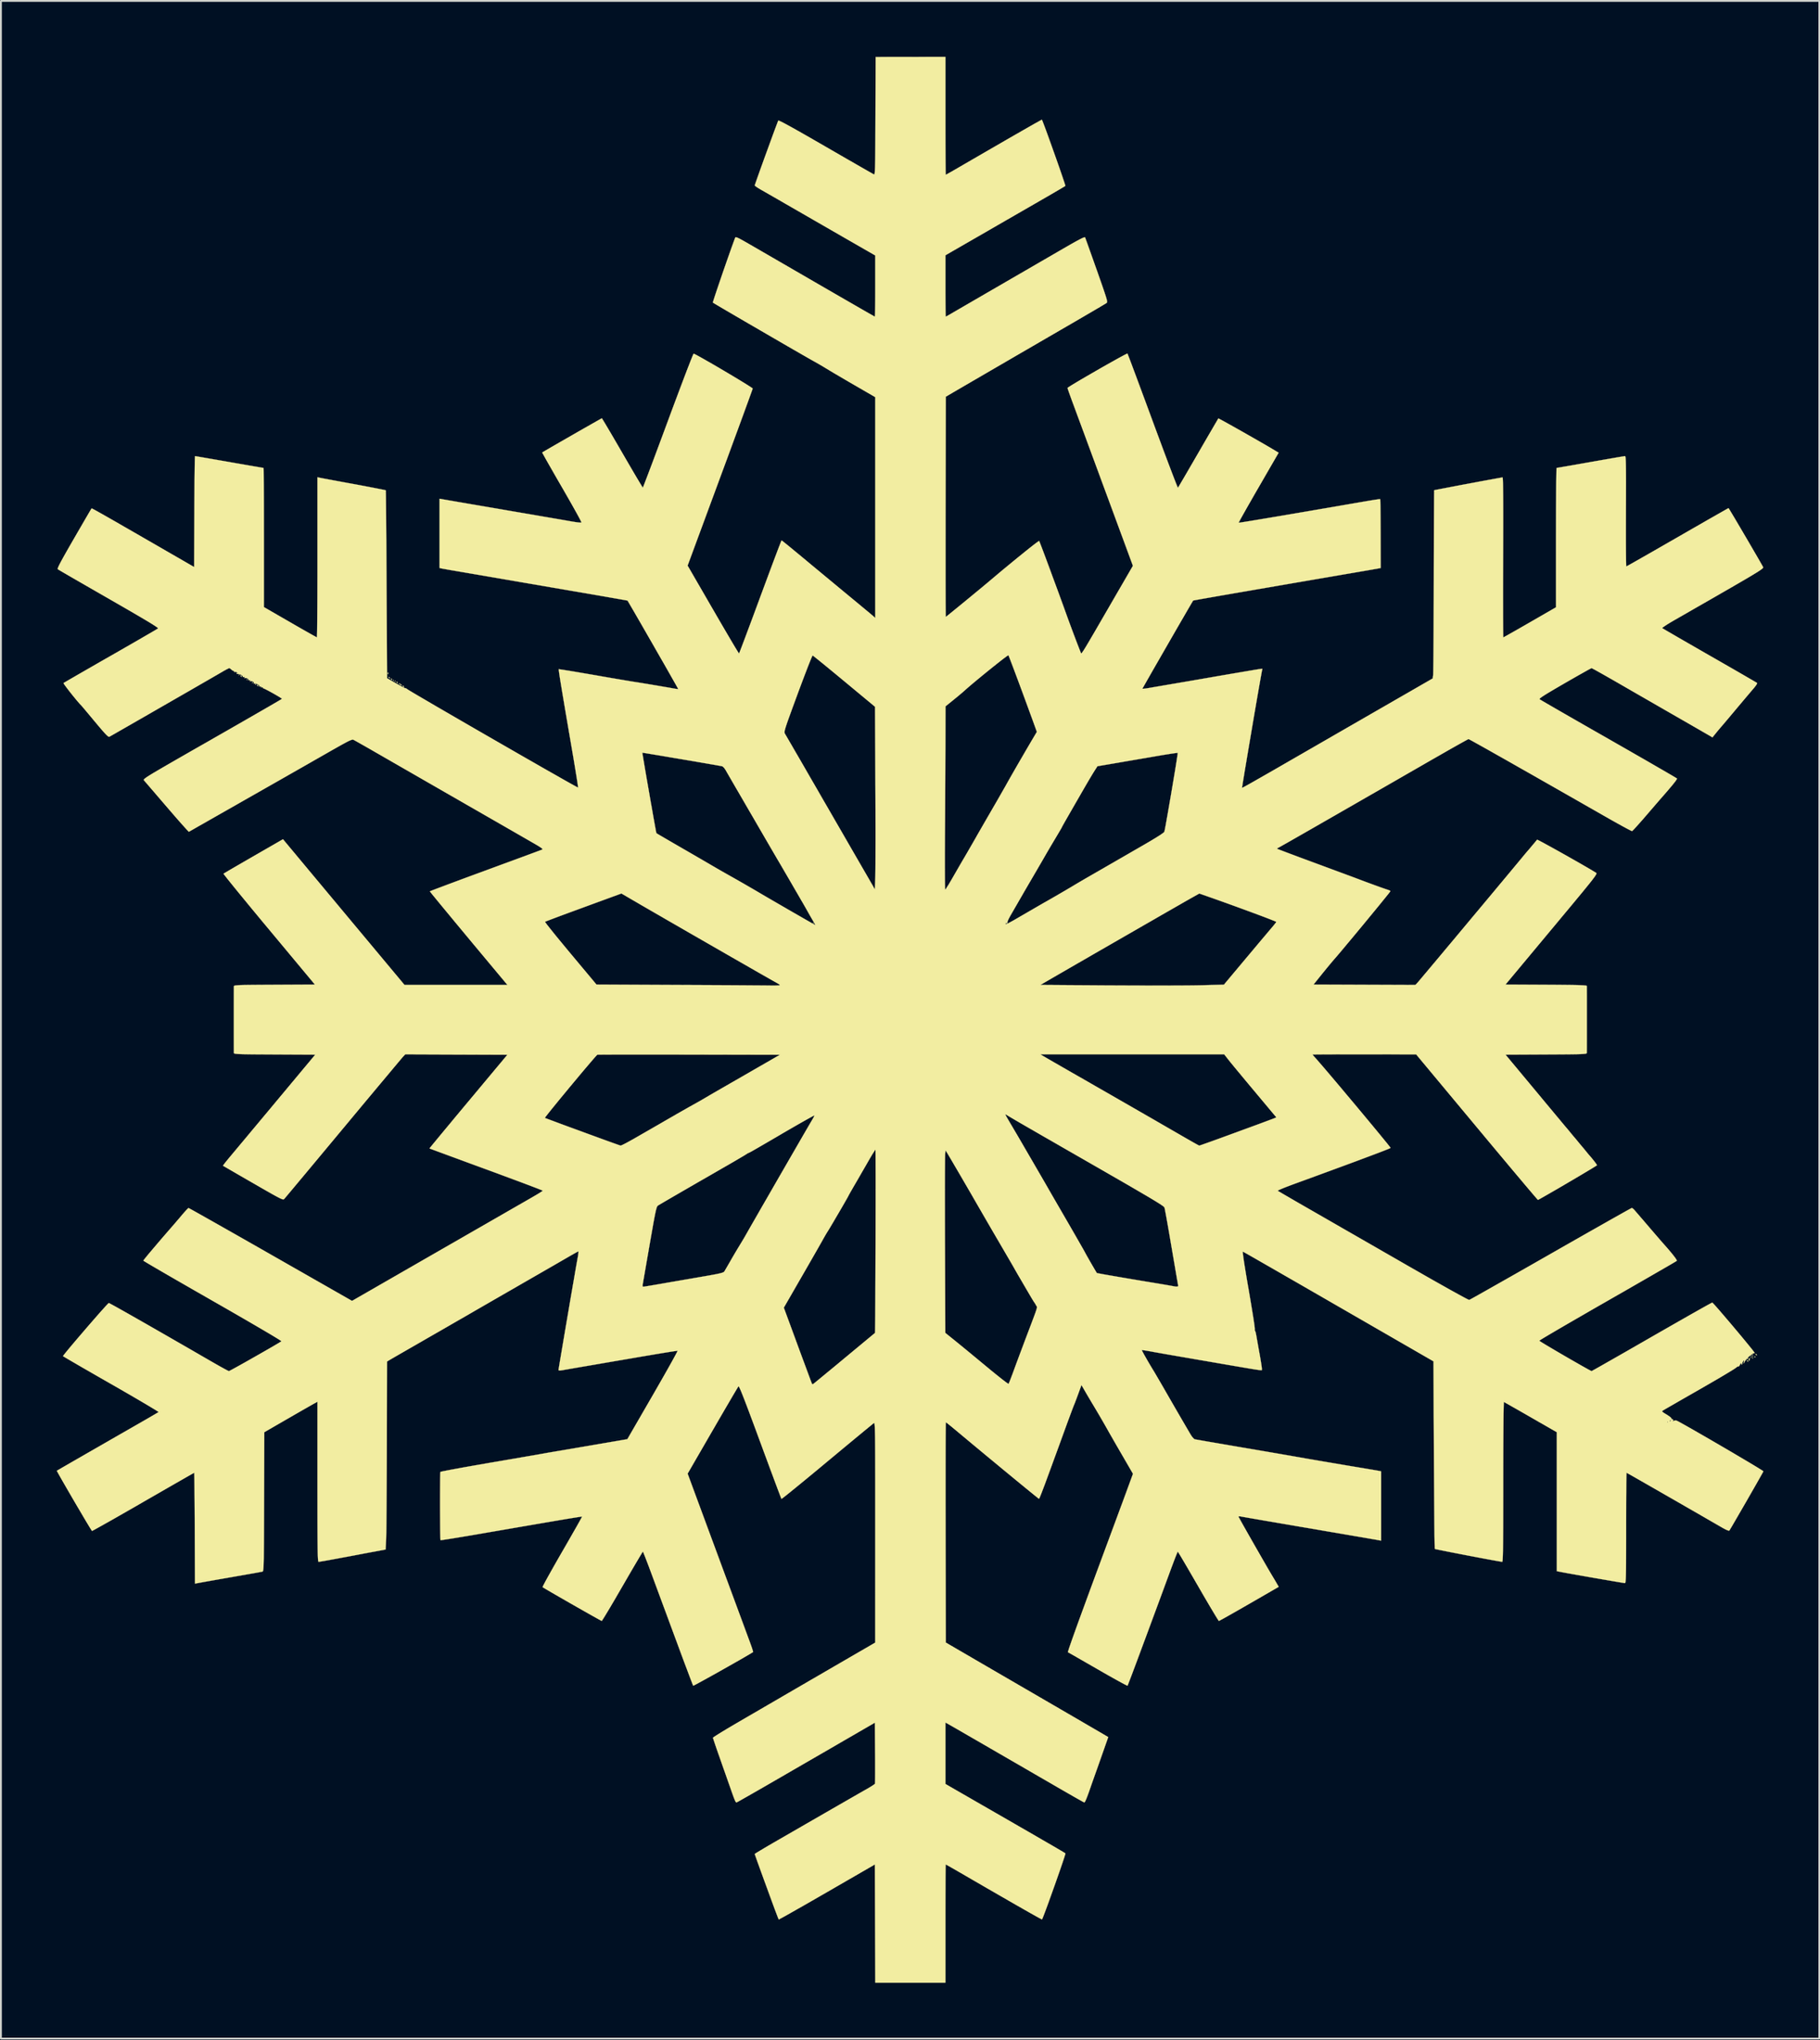
<source format=kicad_pcb>
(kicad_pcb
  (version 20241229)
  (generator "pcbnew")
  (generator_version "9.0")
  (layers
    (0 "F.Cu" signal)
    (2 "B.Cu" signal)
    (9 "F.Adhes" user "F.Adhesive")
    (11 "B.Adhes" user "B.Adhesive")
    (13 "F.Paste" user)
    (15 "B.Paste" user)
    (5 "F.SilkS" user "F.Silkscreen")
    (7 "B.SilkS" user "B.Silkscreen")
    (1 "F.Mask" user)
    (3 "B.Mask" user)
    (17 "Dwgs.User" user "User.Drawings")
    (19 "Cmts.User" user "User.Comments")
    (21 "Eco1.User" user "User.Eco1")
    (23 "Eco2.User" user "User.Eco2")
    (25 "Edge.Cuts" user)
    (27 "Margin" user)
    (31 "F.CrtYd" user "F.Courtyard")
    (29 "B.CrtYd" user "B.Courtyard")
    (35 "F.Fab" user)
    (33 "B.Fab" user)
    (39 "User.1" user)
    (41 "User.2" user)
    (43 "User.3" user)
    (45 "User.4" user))
  (footprint "Star"
    (layer "F.Cu")
    (at 45.842 51.72)
    (property "Reference" "Star" (at 0 0 0) (layer "F.SilkS") (effects (font (size 1.524 1.524) (thickness 0.3))))
    (attr through_hole)
    (fp_poly (pts (xy -36.026 -18.521) (xy -36.047 -18.5) (xy -36.068 -18.521) (xy -36.047 -18.542) (xy -36.026 -18.521)) (stroke (width 0.01) (type solid)) (fill yes) (layer "F.SilkS"))
    (fp_poly (pts (xy -35.602 -18.267) (xy -35.623 -18.246) (xy -35.645 -18.267) (xy -35.623 -18.288) (xy -35.602 -18.267)) (stroke (width 0.01) (type solid)) (fill yes) (layer "F.SilkS"))
    (fp_poly (pts (xy -35.306 -18.098) (xy -35.327 -18.076) (xy -35.348 -18.098) (xy -35.327 -18.119) (xy -35.306 -18.098)) (stroke (width 0.01) (type solid)) (fill yes) (layer "F.SilkS"))
    (fp_poly (pts (xy -35.137 -18.013) (xy -35.158 -17.992) (xy -35.179 -18.013) (xy -35.158 -18.034) (xy -35.137 -18.013)) (stroke (width 0.01) (type solid)) (fill yes) (layer "F.SilkS"))
    (fp_poly (pts (xy -27.728 -18.224) (xy -27.75 -18.203) (xy -27.771 -18.224) (xy -27.75 -18.246) (xy -27.728 -18.224)) (stroke (width 0.01) (type solid)) (fill yes) (layer "F.SilkS"))
    (fp_poly (pts (xy -27.644 -18.182) (xy -27.665 -18.161) (xy -27.686 -18.182) (xy -27.665 -18.203) (xy -27.644 -18.182)) (stroke (width 0.01) (type solid)) (fill yes) (layer "F.SilkS"))
    (fp_poly (pts (xy -5.165 -5.186) (xy -5.186 -5.165) (xy -5.207 -5.186) (xy -5.186 -5.207) (xy -5.165 -5.186)) (stroke (width 0.01) (type solid)) (fill yes) (layer "F.SilkS"))
    (fp_poly (pts (xy 45.212 18.055) (xy 45.191 18.076) (xy 45.17 18.055) (xy 45.191 18.034) (xy 45.212 18.055)) (stroke (width 0.01) (type solid)) (fill yes) (layer "F.SilkS"))
    (fp_poly (pts (xy 45.212 18.14) (xy 45.191 18.161) (xy 45.17 18.14) (xy 45.191 18.119) (xy 45.212 18.14)) (stroke (width 0.01) (type solid)) (fill yes) (layer "F.SilkS"))
    (fp_poly (pts (xy 45.297 18.013) (xy 45.276 18.034) (xy 45.254 18.013) (xy 45.276 17.992) (xy 45.297 18.013)) (stroke (width 0.01) (type solid)) (fill yes) (layer "F.SilkS"))
    (fp_poly (pts (xy 45.297 18.098) (xy 45.276 18.119) (xy 45.254 18.098) (xy 45.276 18.076) (xy 45.297 18.098)) (stroke (width 0.01) (type solid)) (fill yes) (layer "F.SilkS"))
    (fp_poly (pts (xy 45.297 18.182) (xy 45.276 18.203) (xy 45.254 18.182) (xy 45.276 18.161) (xy 45.297 18.182)) (stroke (width 0.01) (type solid)) (fill yes) (layer "F.SilkS"))
    (fp_poly (pts (xy -28.038 -18.635) (xy -28.033 -18.568) (xy -28.041 -18.553) (xy -28.061 -18.566) (xy -28.064 -18.609) (xy -28.053 -18.654) (xy -28.038 -18.635)) (stroke (width 0.01) (type solid)) (fill yes) (layer "F.SilkS"))
    (fp_poly (pts (xy 45.41 18.09) (xy 45.415 18.141) (xy 45.41 18.147) (xy 45.384 18.141) (xy 45.381 18.119) (xy 45.397 18.084) (xy 45.41 18.09)) (stroke (width 0.01) (type solid)) (fill yes) (layer "F.SilkS"))
    (fp_poly (pts (xy -35.948 -18.483) (xy -35.902 -18.44) (xy -35.911 -18.415) (xy -35.917 -18.415) (xy -35.953 -18.445) (xy -35.966 -18.464) (xy -35.971 -18.493) (xy -35.948 -18.483)) (stroke (width 0.01) (type solid)) (fill yes) (layer "F.SilkS"))
    (fp_poly (pts (xy -35.059 -17.975) (xy -35.013 -17.935) (xy -35.01 -17.926) (xy -35.03 -17.908) (xy -35.072 -17.947) (xy -35.077 -17.956) (xy -35.082 -17.985) (xy -35.059 -17.975)) (stroke (width 0.01) (type solid)) (fill yes) (layer "F.SilkS"))
    (fp_poly (pts (xy -27.989 -18.398) (xy -27.944 -18.359) (xy -27.94 -18.349) (xy -27.96 -18.332) (xy -28.002 -18.371) (xy -28.008 -18.379) (xy -28.013 -18.408) (xy -27.989 -18.398)) (stroke (width 0.01) (type solid)) (fill yes) (layer "F.SilkS"))
    (fp_poly (pts (xy -27.862 -18.313) (xy -27.816 -18.271) (xy -27.826 -18.246) (xy -27.832 -18.246) (xy -27.867 -18.276) (xy -27.881 -18.295) (xy -27.886 -18.324) (xy -27.862 -18.313)) (stroke (width 0.01) (type solid)) (fill yes) (layer "F.SilkS"))
    (fp_poly (pts (xy -27.566 -18.144) (xy -27.52 -18.105) (xy -27.517 -18.095) (xy -27.537 -18.078) (xy -27.579 -18.117) (xy -27.584 -18.125) (xy -27.589 -18.154) (xy -27.566 -18.144)) (stroke (width 0.01) (type solid)) (fill yes) (layer "F.SilkS"))
    (fp_poly (pts (xy -27.227 -17.932) (xy -27.181 -17.89) (xy -27.191 -17.865) (xy -27.197 -17.865) (xy -27.232 -17.895) (xy -27.246 -17.914) (xy -27.251 -17.943) (xy -27.227 -17.932)) (stroke (width 0.01) (type solid)) (fill yes) (layer "F.SilkS"))
    (fp_poly (pts (xy 44.994 18.305) (xy 45.039 18.348) (xy 45.03 18.372) (xy 45.024 18.373) (xy 44.988 18.343) (xy 44.975 18.324) (xy 44.97 18.295) (xy 44.994 18.305)) (stroke (width 0.01) (type solid)) (fill yes) (layer "F.SilkS"))
    (fp_poly (pts (xy 45.459 17.966) (xy 45.505 18.006) (xy 45.508 18.015) (xy 45.488 18.033) (xy 45.446 17.994) (xy 45.441 17.985) (xy 45.436 17.956) (xy 45.459 17.966)) (stroke (width 0.01) (type solid)) (fill yes) (layer "F.SilkS"))
    (fp_poly (pts (xy -27.453 -18.06) (xy -27.4 -18.035) (xy -27.328 -17.993) (xy -27.305 -17.969) (xy -27.318 -17.951) (xy -27.369 -17.981) (xy -27.413 -18.015) (xy -27.468 -18.061) (xy -27.453 -18.06)) (stroke (width 0.01) (type solid)) (fill yes) (layer "F.SilkS"))
    (fp_poly (pts (xy 45.029 18.188) (xy 45.022 18.203) (xy 44.982 18.244) (xy 44.974 18.246) (xy 44.971 18.218) (xy 44.979 18.203) (xy 45.019 18.163) (xy 45.026 18.161) (xy 45.029 18.188)) (stroke (width 0.01) (type solid)) (fill yes) (layer "F.SilkS"))
    (fp_poly (pts (xy 45.117 18.223) (xy 45.116 18.236) (xy 45.106 18.315) (xy 45.087 18.321) (xy 45.069 18.297) (xy 45.07 18.236) (xy 45.086 18.202) (xy 45.113 18.174) (xy 45.117 18.223)) (stroke (width 0.01) (type solid)) (fill yes) (layer "F.SilkS"))
    (fp_poly (pts (xy 1.905 -48.548) (xy 1.905 -48.039) (xy 1.906 -47.554) (xy 1.907 -47.102) (xy 1.909 -46.689) (xy 1.911 -46.32) (xy 1.913 -46.003) (xy 1.916 -45.744) (xy 1.918 -45.55) (xy 1.921 -45.427) (xy 1.924 -45.381) (xy 1.925 -45.381) (xy 1.965 -45.402) (xy 2.068 -45.458) (xy 2.222 -45.545) (xy 2.415 -45.656) (xy 2.637 -45.784) (xy 2.697 -45.819) (xy 3.296 -46.167) (xy 3.866 -46.497) (xy 4.402 -46.807) (xy 4.9 -47.095) (xy 5.357 -47.359) (xy 5.77 -47.596) (xy 6.133 -47.804) (xy 6.444 -47.981) (xy 6.698 -48.126) (xy 6.892 -48.234) (xy 7.022 -48.306) (xy 7.084 -48.337) (xy 7.088 -48.338) (xy 7.112 -48.289) (xy 7.159 -48.17) (xy 7.226 -47.993) (xy 7.31 -47.766) (xy 7.407 -47.501) (xy 7.514 -47.205) (xy 7.627 -46.89) (xy 7.743 -46.565) (xy 7.858 -46.24) (xy 7.969 -45.924) (xy 8.072 -45.628) (xy 8.164 -45.362) (xy 8.241 -45.134) (xy 8.301 -44.956) (xy 8.338 -44.836) (xy 8.351 -44.785) (xy 8.35 -44.784) (xy 8.308 -44.756) (xy 8.2 -44.692) (xy 8.035 -44.594) (xy 7.822 -44.47) (xy 7.568 -44.322) (xy 7.282 -44.156) (xy 6.973 -43.978) (xy 6.943 -43.96) (xy 6.393 -43.644) (xy 5.801 -43.302) (xy 5.159 -42.933) (xy 4.464 -42.532) (xy 3.709 -42.096) (xy 2.889 -41.624) (xy 2.339 -41.307) (xy 1.905 -41.056) (xy 1.905 -39.409) (xy 1.905 -39.045) (xy 1.907 -38.709) (xy 1.909 -38.409) (xy 1.912 -38.156) (xy 1.915 -37.958) (xy 1.919 -37.824) (xy 1.923 -37.764) (xy 1.924 -37.761) (xy 1.968 -37.781) (xy 2.062 -37.833) (xy 2.168 -37.894) (xy 2.243 -37.938) (xy 2.385 -38.021) (xy 2.586 -38.138) (xy 2.84 -38.285) (xy 3.14 -38.459) (xy 3.479 -38.656) (xy 3.85 -38.871) (xy 4.246 -39.101) (xy 4.661 -39.341) (xy 4.784 -39.412) (xy 5.235 -39.674) (xy 5.696 -39.941) (xy 6.155 -40.207) (xy 6.602 -40.466) (xy 7.027 -40.713) (xy 7.42 -40.94) (xy 7.769 -41.142) (xy 8.065 -41.314) (xy 8.276 -41.436) (xy 8.623 -41.636) (xy 8.903 -41.793) (xy 9.117 -41.908) (xy 9.27 -41.984) (xy 9.365 -42.021) (xy 9.405 -42.023) (xy 9.406 -42.022) (xy 9.426 -41.972) (xy 9.471 -41.85) (xy 9.538 -41.666) (xy 9.623 -41.427) (xy 9.725 -41.143) (xy 9.839 -40.821) (xy 9.963 -40.471) (xy 10.038 -40.26) (xy 10.184 -39.846) (xy 10.304 -39.504) (xy 10.399 -39.228) (xy 10.473 -39.009) (xy 10.527 -38.841) (xy 10.564 -38.717) (xy 10.585 -38.628) (xy 10.592 -38.569) (xy 10.589 -38.531) (xy 10.577 -38.507) (xy 10.559 -38.491) (xy 10.507 -38.458) (xy 10.389 -38.388) (xy 10.213 -38.283) (xy 9.985 -38.149) (xy 9.714 -37.99) (xy 9.406 -37.81) (xy 9.068 -37.613) (xy 8.709 -37.404) (xy 8.636 -37.362) (xy 8.024 -37.007) (xy 7.417 -36.655) (xy 6.819 -36.307) (xy 6.236 -35.969) (xy 5.673 -35.642) (xy 5.135 -35.329) (xy 4.628 -35.034) (xy 4.157 -34.761) (xy 3.727 -34.51) (xy 3.343 -34.287) (xy 3.011 -34.094) (xy 2.736 -33.934) (xy 2.524 -33.81) (xy 2.379 -33.725) (xy 2.371 -33.721) (xy 1.926 -33.46) (xy 1.915 -27.546) (xy 1.914 -26.846) (xy 1.914 -26.169) (xy 1.913 -25.521) (xy 1.913 -24.906) (xy 1.913 -24.329) (xy 1.913 -23.794) (xy 1.914 -23.308) (xy 1.915 -22.873) (xy 1.916 -22.496) (xy 1.918 -22.181) (xy 1.92 -21.932) (xy 1.922 -21.755) (xy 1.924 -21.655) (xy 1.926 -21.632) (xy 1.961 -21.658) (xy 2.052 -21.731) (xy 2.192 -21.843) (xy 2.37 -21.988) (xy 2.579 -22.158) (xy 2.809 -22.346) (xy 3.053 -22.546) (xy 3.3 -22.749) (xy 3.543 -22.95) (xy 3.773 -23.139) (xy 3.981 -23.312) (xy 4.159 -23.46) (xy 4.296 -23.575) (xy 4.318 -23.594) (xy 4.62 -23.849) (xy 4.93 -24.109) (xy 5.241 -24.366) (xy 5.546 -24.617) (xy 5.837 -24.855) (xy 6.109 -25.075) (xy 6.354 -25.272) (xy 6.566 -25.439) (xy 6.737 -25.571) (xy 6.861 -25.662) (xy 6.93 -25.708) (xy 6.942 -25.711) (xy 6.962 -25.667) (xy 7.008 -25.55) (xy 7.077 -25.37) (xy 7.166 -25.135) (xy 7.272 -24.852) (xy 7.392 -24.529) (xy 7.524 -24.175) (xy 7.663 -23.796) (xy 7.808 -23.403) (xy 7.956 -23.002) (xy 8.102 -22.601) (xy 8.246 -22.208) (xy 8.382 -21.831) (xy 8.509 -21.479) (xy 8.538 -21.399) (xy 8.6 -21.231) (xy 8.681 -21.013) (xy 8.774 -20.764) (xy 8.873 -20.502) (xy 8.97 -20.247) (xy 9.059 -20.017) (xy 9.132 -19.83) (xy 9.18 -19.709) (xy 9.187 -19.691) (xy 9.196 -19.679) (xy 9.208 -19.677) (xy 9.227 -19.69) (xy 9.255 -19.723) (xy 9.296 -19.78) (xy 9.352 -19.867) (xy 9.427 -19.987) (xy 9.523 -20.147) (xy 9.643 -20.349) (xy 9.79 -20.6) (xy 9.967 -20.903) (xy 10.176 -21.264) (xy 10.422 -21.688) (xy 10.706 -22.178) (xy 10.811 -22.36) (xy 11.981 -24.378) (xy 10.539 -28.286) (xy 10.327 -28.858) (xy 10.119 -29.423) (xy 9.916 -29.973) (xy 9.721 -30.502) (xy 9.536 -31.002) (xy 9.365 -31.466) (xy 9.209 -31.888) (xy 9.071 -32.26) (xy 8.954 -32.576) (xy 8.861 -32.828) (xy 8.794 -33.009) (xy 8.782 -33.042) (xy 8.688 -33.294) (xy 8.606 -33.521) (xy 8.539 -33.709) (xy 8.492 -33.847) (xy 8.469 -33.922) (xy 8.467 -33.931) (xy 8.503 -33.96) (xy 8.603 -34.026) (xy 8.758 -34.122) (xy 8.96 -34.243) (xy 9.199 -34.385) (xy 9.467 -34.541) (xy 9.753 -34.707) (xy 10.049 -34.878) (xy 10.346 -35.048) (xy 10.635 -35.212) (xy 10.907 -35.364) (xy 11.152 -35.501) (xy 11.361 -35.615) (xy 11.526 -35.703) (xy 11.638 -35.759) (xy 11.686 -35.778) (xy 11.687 -35.777) (xy 11.705 -35.734) (xy 11.75 -35.618) (xy 11.821 -35.433) (xy 11.914 -35.186) (xy 12.027 -34.881) (xy 12.16 -34.526) (xy 12.309 -34.125) (xy 12.473 -33.684) (xy 12.649 -33.208) (xy 12.835 -32.704) (xy 13.03 -32.177) (xy 13.042 -32.144) (xy 13.237 -31.617) (xy 13.424 -31.113) (xy 13.6 -30.639) (xy 13.765 -30.2) (xy 13.915 -29.801) (xy 14.049 -29.449) (xy 14.164 -29.147) (xy 14.259 -28.903) (xy 14.331 -28.721) (xy 14.379 -28.607) (xy 14.399 -28.567) (xy 14.399 -28.567) (xy 14.425 -28.608) (xy 14.49 -28.716) (xy 14.588 -28.883) (xy 14.716 -29.101) (xy 14.87 -29.365) (xy 15.045 -29.667) (xy 15.239 -30) (xy 15.445 -30.356) (xy 15.491 -30.435) (xy 15.699 -30.796) (xy 15.895 -31.133) (xy 16.074 -31.441) (xy 16.232 -31.712) (xy 16.364 -31.94) (xy 16.468 -32.116) (xy 16.538 -32.236) (xy 16.571 -32.29) (xy 16.573 -32.292) (xy 16.611 -32.275) (xy 16.714 -32.221) (xy 16.871 -32.136) (xy 17.075 -32.023) (xy 17.315 -31.889) (xy 17.583 -31.738) (xy 17.869 -31.577) (xy 18.164 -31.409) (xy 18.459 -31.241) (xy 18.745 -31.077) (xy 19.012 -30.923) (xy 19.252 -30.784) (xy 19.455 -30.665) (xy 19.584 -30.588) (xy 19.809 -30.452) (xy 18.727 -28.58) (xy 18.517 -28.217) (xy 18.322 -27.876) (xy 18.144 -27.565) (xy 17.989 -27.29) (xy 17.859 -27.059) (xy 17.758 -26.878) (xy 17.692 -26.754) (xy 17.662 -26.694) (xy 17.661 -26.69) (xy 17.705 -26.694) (xy 17.828 -26.712) (xy 18.026 -26.743) (xy 18.295 -26.787) (xy 18.629 -26.842) (xy 19.026 -26.908) (xy 19.481 -26.985) (xy 19.989 -27.07) (xy 20.547 -27.165) (xy 21.15 -27.268) (xy 21.793 -27.378) (xy 22.473 -27.494) (xy 23.185 -27.617) (xy 23.925 -27.745) (xy 24.553 -27.853) (xy 24.786 -27.892) (xy 24.987 -27.924) (xy 25.144 -27.947) (xy 25.242 -27.958) (xy 25.268 -27.958) (xy 25.272 -27.914) (xy 25.276 -27.793) (xy 25.279 -27.606) (xy 25.282 -27.36) (xy 25.285 -27.064) (xy 25.287 -26.726) (xy 25.289 -26.357) (xy 25.29 -26.101) (xy 25.294 -24.259) (xy 25.188 -24.238) (xy 25.113 -24.224) (xy 24.97 -24.199) (xy 24.776 -24.165) (xy 24.545 -24.125) (xy 24.342 -24.09) (xy 24.053 -24.041) (xy 23.71 -23.982) (xy 23.345 -23.92) (xy 22.986 -23.858) (xy 22.712 -23.811) (xy 22.525 -23.779) (xy 22.264 -23.734) (xy 21.936 -23.678) (xy 21.552 -23.612) (xy 21.119 -23.537) (xy 20.646 -23.456) (xy 20.143 -23.369) (xy 19.617 -23.279) (xy 19.078 -23.186) (xy 18.534 -23.093) (xy 18.526 -23.091) (xy 18.009 -23.002) (xy 17.517 -22.917) (xy 17.056 -22.837) (xy 16.632 -22.764) (xy 16.251 -22.697) (xy 15.921 -22.639) (xy 15.646 -22.591) (xy 15.435 -22.553) (xy 15.291 -22.527) (xy 15.223 -22.514) (xy 15.218 -22.512) (xy 15.191 -22.469) (xy 15.127 -22.361) (xy 15.03 -22.195) (xy 14.903 -21.978) (xy 14.753 -21.718) (xy 14.582 -21.424) (xy 14.395 -21.101) (xy 14.197 -20.758) (xy 13.992 -20.402) (xy 13.784 -20.04) (xy 13.577 -19.681) (xy 13.376 -19.331) (xy 13.185 -18.999) (xy 13.008 -18.691) (xy 12.851 -18.415) (xy 12.716 -18.179) (xy 12.609 -17.99) (xy 12.533 -17.855) (xy 12.493 -17.783) (xy 12.488 -17.772) (xy 12.527 -17.77) (xy 12.627 -17.78) (xy 12.771 -17.802) (xy 12.795 -17.806) (xy 12.92 -17.827) (xy 13.114 -17.861) (xy 13.362 -17.903) (xy 13.648 -17.952) (xy 13.958 -18.005) (xy 14.245 -18.054) (xy 14.576 -18.111) (xy 14.906 -18.167) (xy 15.219 -18.221) (xy 15.497 -18.269) (xy 15.723 -18.308) (xy 15.854 -18.331) (xy 16.138 -18.38) (xy 16.453 -18.435) (xy 16.787 -18.492) (xy 17.13 -18.551) (xy 17.469 -18.609) (xy 17.793 -18.664) (xy 18.09 -18.714) (xy 18.348 -18.758) (xy 18.556 -18.793) (xy 18.703 -18.817) (xy 18.771 -18.827) (xy 18.936 -18.851) (xy 18.907 -18.707) (xy 18.885 -18.588) (xy 18.851 -18.401) (xy 18.807 -18.155) (xy 18.755 -17.857) (xy 18.695 -17.515) (xy 18.63 -17.136) (xy 18.56 -16.73) (xy 18.486 -16.303) (xy 18.411 -15.863) (xy 18.336 -15.419) (xy 18.261 -14.978) (xy 18.188 -14.548) (xy 18.119 -14.138) (xy 18.055 -13.754) (xy 17.996 -13.405) (xy 17.946 -13.098) (xy 17.904 -12.842) (xy 17.872 -12.644) (xy 17.852 -12.512) (xy 17.844 -12.455) (xy 17.845 -12.453) (xy 17.859 -12.455) (xy 17.897 -12.473) (xy 17.963 -12.507) (xy 18.061 -12.56) (xy 18.196 -12.635) (xy 18.372 -12.734) (xy 18.593 -12.86) (xy 18.863 -13.014) (xy 19.187 -13.199) (xy 19.569 -13.418) (xy 20.012 -13.673) (xy 20.521 -13.967) (xy 20.913 -14.193) (xy 21.224 -14.372) (xy 21.598 -14.587) (xy 22.023 -14.833) (xy 22.49 -15.101) (xy 22.986 -15.388) (xy 23.502 -15.685) (xy 24.027 -15.987) (xy 24.549 -16.288) (xy 25.058 -16.581) (xy 25.294 -16.717) (xy 28.088 -18.326) (xy 28.112 -18.5) (xy 28.116 -18.564) (xy 28.119 -18.708) (xy 28.122 -18.925) (xy 28.126 -19.21) (xy 28.129 -19.558) (xy 28.132 -19.963) (xy 28.135 -20.419) (xy 28.138 -20.921) (xy 28.14 -21.464) (xy 28.143 -22.041) (xy 28.145 -22.648) (xy 28.146 -23.279) (xy 28.147 -23.549) (xy 28.148 -24.185) (xy 28.15 -24.796) (xy 28.152 -25.378) (xy 28.153 -25.925) (xy 28.155 -26.433) (xy 28.157 -26.895) (xy 28.159 -27.307) (xy 28.161 -27.664) (xy 28.162 -27.959) (xy 28.164 -28.188) (xy 28.166 -28.346) (xy 28.167 -28.426) (xy 28.168 -28.436) (xy 28.21 -28.446) (xy 28.326 -28.469) (xy 28.504 -28.504) (xy 28.734 -28.548) (xy 29.007 -28.6) (xy 29.311 -28.658) (xy 29.637 -28.72) (xy 29.974 -28.783) (xy 30.313 -28.846) (xy 30.641 -28.908) (xy 30.951 -28.965) (xy 31.23 -29.016) (xy 31.469 -29.06) (xy 31.658 -29.094) (xy 31.785 -29.117) (xy 31.842 -29.125) (xy 31.843 -29.125) (xy 31.851 -29.087) (xy 31.858 -28.971) (xy 31.864 -28.776) (xy 31.868 -28.503) (xy 31.872 -28.149) (xy 31.874 -27.715) (xy 31.875 -27.2) (xy 31.875 -26.602) (xy 31.874 -25.922) (xy 31.872 -25.158) (xy 31.871 -24.828) (xy 31.869 -24.233) (xy 31.867 -23.662) (xy 31.866 -23.121) (xy 31.866 -22.616) (xy 31.867 -22.153) (xy 31.867 -21.736) (xy 31.869 -21.371) (xy 31.871 -21.065) (xy 31.873 -20.823) (xy 31.876 -20.65) (xy 31.879 -20.552) (xy 31.882 -20.532) (xy 31.923 -20.552) (xy 32.03 -20.61) (xy 32.193 -20.702) (xy 32.406 -20.822) (xy 32.659 -20.966) (xy 32.945 -21.13) (xy 33.256 -21.308) (xy 33.311 -21.34) (xy 34.713 -22.148) (xy 34.713 -25.891) (xy 34.714 -26.446) (xy 34.715 -26.976) (xy 34.716 -27.475) (xy 34.719 -27.937) (xy 34.721 -28.356) (xy 34.724 -28.727) (xy 34.728 -29.042) (xy 34.732 -29.296) (xy 34.736 -29.484) (xy 34.741 -29.598) (xy 34.745 -29.634) (xy 34.792 -29.641) (xy 34.914 -29.661) (xy 35.102 -29.694) (xy 35.347 -29.736) (xy 35.64 -29.787) (xy 35.973 -29.846) (xy 36.338 -29.91) (xy 36.57 -29.951) (xy 36.951 -30.018) (xy 37.306 -30.08) (xy 37.628 -30.136) (xy 37.907 -30.184) (xy 38.135 -30.223) (xy 38.303 -30.25) (xy 38.401 -30.266) (xy 38.423 -30.268) (xy 38.435 -30.258) (xy 38.444 -30.224) (xy 38.453 -30.161) (xy 38.46 -30.063) (xy 38.465 -29.925) (xy 38.469 -29.742) (xy 38.472 -29.507) (xy 38.474 -29.215) (xy 38.475 -28.861) (xy 38.474 -28.44) (xy 38.473 -27.945) (xy 38.471 -27.372) (xy 38.471 -27.305) (xy 38.47 -26.813) (xy 38.469 -26.346) (xy 38.469 -25.911) (xy 38.47 -25.516) (xy 38.472 -25.166) (xy 38.475 -24.87) (xy 38.478 -24.632) (xy 38.482 -24.461) (xy 38.486 -24.363) (xy 38.49 -24.342) (xy 38.53 -24.362) (xy 38.638 -24.422) (xy 38.808 -24.517) (xy 39.034 -24.645) (xy 39.31 -24.802) (xy 39.631 -24.985) (xy 39.99 -25.19) (xy 40.382 -25.415) (xy 40.801 -25.656) (xy 41.24 -25.908) (xy 41.68 -26.161) (xy 42.098 -26.402) (xy 42.49 -26.626) (xy 42.848 -26.832) (xy 43.168 -27.014) (xy 43.443 -27.171) (xy 43.668 -27.299) (xy 43.836 -27.394) (xy 43.943 -27.454) (xy 43.983 -27.474) (xy 44.007 -27.439) (xy 44.068 -27.34) (xy 44.161 -27.185) (xy 44.281 -26.985) (xy 44.422 -26.747) (xy 44.579 -26.481) (xy 44.747 -26.195) (xy 44.92 -25.9) (xy 45.094 -25.603) (xy 45.262 -25.315) (xy 45.42 -25.043) (xy 45.563 -24.797) (xy 45.684 -24.586) (xy 45.779 -24.419) (xy 45.835 -24.319) (xy 45.842 -24.304) (xy 45.844 -24.288) (xy 45.837 -24.269) (xy 45.818 -24.245) (xy 45.783 -24.213) (xy 45.728 -24.171) (xy 45.65 -24.117) (xy 45.545 -24.049) (xy 45.409 -23.965) (xy 45.239 -23.862) (xy 45.031 -23.738) (xy 44.782 -23.592) (xy 44.487 -23.42) (xy 44.143 -23.221) (xy 43.747 -22.993) (xy 43.295 -22.732) (xy 42.782 -22.438) (xy 42.206 -22.108) (xy 41.564 -21.739) (xy 41.053 -21.446) (xy 40.843 -21.323) (xy 40.664 -21.213) (xy 40.527 -21.122) (xy 40.442 -21.059) (xy 40.421 -21.03) (xy 40.463 -21.004) (xy 40.572 -20.939) (xy 40.742 -20.839) (xy 40.968 -20.708) (xy 41.243 -20.548) (xy 41.561 -20.365) (xy 41.917 -20.16) (xy 42.304 -19.937) (xy 42.715 -19.701) (xy 42.971 -19.554) (xy 43.395 -19.311) (xy 43.797 -19.08) (xy 44.172 -18.865) (xy 44.513 -18.668) (xy 44.814 -18.494) (xy 45.07 -18.346) (xy 45.274 -18.227) (xy 45.42 -18.142) (xy 45.503 -18.092) (xy 45.519 -18.082) (xy 45.51 -18.037) (xy 45.455 -17.948) (xy 45.366 -17.833) (xy 45.355 -17.82) (xy 45.22 -17.662) (xy 45.075 -17.491) (xy 44.979 -17.378) (xy 44.897 -17.281) (xy 44.771 -17.132) (xy 44.614 -16.945) (xy 44.437 -16.735) (xy 44.252 -16.513) (xy 44.213 -16.468) (xy 44.038 -16.259) (xy 43.88 -16.071) (xy 43.746 -15.913) (xy 43.647 -15.796) (xy 43.59 -15.731) (xy 43.582 -15.722) (xy 43.534 -15.667) (xy 43.45 -15.567) (xy 43.346 -15.441) (xy 43.327 -15.417) (xy 43.119 -15.16) (xy 42.991 -15.237) (xy 42.929 -15.273) (xy 42.801 -15.347) (xy 42.615 -15.454) (xy 42.38 -15.59) (xy 42.104 -15.749) (xy 41.793 -15.928) (xy 41.457 -16.121) (xy 41.148 -16.299) (xy 40.731 -16.538) (xy 40.28 -16.798) (xy 39.812 -17.068) (xy 39.343 -17.337) (xy 38.892 -17.597) (xy 38.476 -17.837) (xy 38.113 -18.046) (xy 38.05 -18.083) (xy 37.738 -18.262) (xy 37.448 -18.427) (xy 37.189 -18.574) (xy 36.969 -18.697) (xy 36.796 -18.793) (xy 36.679 -18.855) (xy 36.626 -18.88) (xy 36.624 -18.881) (xy 36.579 -18.86) (xy 36.469 -18.802) (xy 36.303 -18.71) (xy 36.088 -18.589) (xy 35.832 -18.445) (xy 35.545 -18.281) (xy 35.234 -18.102) (xy 35.179 -18.07) (xy 34.81 -17.856) (xy 34.51 -17.68) (xy 34.272 -17.538) (xy 34.092 -17.426) (xy 33.963 -17.342) (xy 33.879 -17.28) (xy 33.837 -17.239) (xy 33.829 -17.214) (xy 33.832 -17.208) (xy 33.876 -17.181) (xy 33.988 -17.114) (xy 34.164 -17.011) (xy 34.399 -16.875) (xy 34.686 -16.709) (xy 35.022 -16.515) (xy 35.402 -16.297) (xy 35.82 -16.057) (xy 36.27 -15.799) (xy 36.749 -15.525) (xy 37.252 -15.238) (xy 37.539 -15.074) (xy 38.051 -14.781) (xy 38.542 -14.5) (xy 39.007 -14.233) (xy 39.442 -13.984) (xy 39.84 -13.754) (xy 40.198 -13.547) (xy 40.51 -13.367) (xy 40.772 -13.214) (xy 40.977 -13.094) (xy 41.122 -13.008) (xy 41.201 -12.959) (xy 41.214 -12.949) (xy 41.197 -12.901) (xy 41.121 -12.792) (xy 40.987 -12.623) (xy 40.794 -12.393) (xy 40.544 -12.102) (xy 40.381 -11.917) (xy 40.323 -11.85) (xy 40.219 -11.73) (xy 40.077 -11.566) (xy 39.907 -11.368) (xy 39.717 -11.148) (xy 39.559 -10.964) (xy 39.365 -10.74) (xy 39.187 -10.539) (xy 39.034 -10.368) (xy 38.913 -10.236) (xy 38.832 -10.153) (xy 38.8 -10.127) (xy 38.753 -10.144) (xy 38.642 -10.2) (xy 38.473 -10.289) (xy 38.255 -10.407) (xy 37.997 -10.55) (xy 37.706 -10.713) (xy 37.391 -10.892) (xy 37.293 -10.948) (xy 36.577 -11.357) (xy 35.88 -11.755) (xy 35.203 -12.141) (xy 34.552 -12.512) (xy 33.93 -12.866) (xy 33.34 -13.202) (xy 32.786 -13.516) (xy 32.272 -13.808) (xy 31.801 -14.075) (xy 31.377 -14.314) (xy 31.004 -14.525) (xy 30.684 -14.704) (xy 30.422 -14.85) (xy 30.222 -14.961) (xy 30.087 -15.034) (xy 30.02 -15.068) (xy 30.014 -15.071) (xy 29.97 -15.05) (xy 29.86 -14.991) (xy 29.69 -14.898) (xy 29.469 -14.774) (xy 29.203 -14.624) (xy 28.899 -14.452) (xy 28.565 -14.261) (xy 28.207 -14.056) (xy 28.119 -14.006) (xy 27.159 -13.454) (xy 26.269 -12.942) (xy 25.449 -12.47) (xy 24.694 -12.037) (xy 24.004 -11.64) (xy 23.375 -11.279) (xy 22.806 -10.952) (xy 22.294 -10.659) (xy 21.837 -10.396) (xy 21.433 -10.165) (xy 21.078 -9.962) (xy 20.771 -9.786) (xy 20.51 -9.637) (xy 20.292 -9.513) (xy 20.115 -9.413) (xy 19.976 -9.335) (xy 19.874 -9.277) (xy 19.806 -9.24) (xy 19.769 -9.221) (xy 19.762 -9.218) (xy 19.724 -9.188) (xy 19.727 -9.176) (xy 19.77 -9.158) (xy 19.885 -9.113) (xy 20.064 -9.045) (xy 20.299 -8.956) (xy 20.585 -8.849) (xy 20.911 -8.727) (xy 21.273 -8.593) (xy 21.66 -8.449) (xy 21.78 -8.405) (xy 22.18 -8.257) (xy 22.559 -8.117) (xy 22.91 -7.987) (xy 23.224 -7.871) (xy 23.493 -7.771) (xy 23.71 -7.691) (xy 23.865 -7.633) (xy 23.951 -7.601) (xy 23.961 -7.597) (xy 24.159 -7.522) (xy 24.391 -7.435) (xy 24.642 -7.342) (xy 24.895 -7.249) (xy 25.137 -7.161) (xy 25.351 -7.084) (xy 25.524 -7.024) (xy 25.638 -6.985) (xy 25.666 -6.977) (xy 25.765 -6.94) (xy 25.813 -6.905) (xy 25.814 -6.897) (xy 25.784 -6.854) (xy 25.706 -6.754) (xy 25.585 -6.603) (xy 25.427 -6.408) (xy 25.24 -6.178) (xy 25.027 -5.918) (xy 24.796 -5.637) (xy 24.553 -5.342) (xy 24.303 -5.039) (xy 24.052 -4.736) (xy 23.806 -4.44) (xy 23.571 -4.159) (xy 23.354 -3.899) (xy 23.16 -3.667) (xy 22.995 -3.472) (xy 22.864 -3.32) (xy 22.81 -3.258) (xy 22.697 -3.127) (xy 22.548 -2.949) (xy 22.379 -2.744) (xy 22.205 -2.531) (xy 22.127 -2.434) (xy 21.685 -1.884) (xy 27.155 -1.862) (xy 27.267 -1.979) (xy 27.305 -2.022) (xy 27.393 -2.125) (xy 27.526 -2.283) (xy 27.7 -2.49) (xy 27.911 -2.742) (xy 28.155 -3.032) (xy 28.427 -3.356) (xy 28.722 -3.709) (xy 29.037 -4.085) (xy 29.367 -4.479) (xy 29.708 -4.887) (xy 30.054 -5.302) (xy 30.403 -5.719) (xy 30.75 -6.134) (xy 31.09 -6.541) (xy 31.419 -6.935) (xy 31.732 -7.311) (xy 32.026 -7.663) (xy 32.295 -7.986) (xy 32.536 -8.276) (xy 32.744 -8.526) (xy 32.915 -8.732) (xy 32.972 -8.801) (xy 33.064 -8.912) (xy 33.138 -9) (xy 33.168 -9.034) (xy 33.209 -9.081) (xy 33.289 -9.175) (xy 33.391 -9.297) (xy 33.501 -9.428) (xy 33.603 -9.549) (xy 33.68 -9.642) (xy 33.699 -9.664) (xy 33.738 -9.649) (xy 33.842 -9.597) (xy 34.001 -9.513) (xy 34.206 -9.401) (xy 34.449 -9.268) (xy 34.719 -9.118) (xy 35.009 -8.956) (xy 35.309 -8.788) (xy 35.61 -8.617) (xy 35.903 -8.451) (xy 36.178 -8.292) (xy 36.428 -8.148) (xy 36.642 -8.022) (xy 36.812 -7.919) (xy 36.861 -7.889) (xy 36.876 -7.878) (xy 36.885 -7.862) (xy 36.883 -7.838) (xy 36.869 -7.801) (xy 36.839 -7.749) (xy 36.79 -7.676) (xy 36.718 -7.578) (xy 36.622 -7.452) (xy 36.496 -7.294) (xy 36.339 -7.1) (xy 36.147 -6.865) (xy 35.917 -6.587) (xy 35.646 -6.259) (xy 35.33 -5.88) (xy 34.967 -5.444) (xy 34.554 -4.947) (xy 34.478 -4.857) (xy 32 -1.884) (xy 34.182 -1.873) (xy 34.69 -1.87) (xy 35.118 -1.866) (xy 35.473 -1.862) (xy 35.76 -1.857) (xy 35.984 -1.851) (xy 36.151 -1.844) (xy 36.267 -1.835) (xy 36.337 -1.825) (xy 36.366 -1.813) (xy 36.368 -1.809) (xy 36.369 -1.755) (xy 36.369 -1.628) (xy 36.37 -1.437) (xy 36.371 -1.195) (xy 36.371 -0.911) (xy 36.371 -0.598) (xy 36.371 -0.265) (xy 36.371 0.075) (xy 36.371 0.413) (xy 36.371 0.738) (xy 36.371 1.037) (xy 36.37 1.302) (xy 36.37 1.519) (xy 36.369 1.68) (xy 36.368 1.772) (xy 36.368 1.788) (xy 36.363 1.805) (xy 36.345 1.819) (xy 36.307 1.83) (xy 36.243 1.84) (xy 36.145 1.847) (xy 36.007 1.854) (xy 35.823 1.859) (xy 35.585 1.863) (xy 35.287 1.866) (xy 34.921 1.869) (xy 34.482 1.871) (xy 34.183 1.873) (xy 32.002 1.884) (xy 33.432 3.602) (xy 33.783 4.023) (xy 34.083 4.385) (xy 34.338 4.691) (xy 34.551 4.946) (xy 34.726 5.157) (xy 34.868 5.326) (xy 34.979 5.46) (xy 35.065 5.563) (xy 35.129 5.64) (xy 35.176 5.696) (xy 35.21 5.736) (xy 35.234 5.765) (xy 35.253 5.787) (xy 35.27 5.807) (xy 35.339 5.889) (xy 35.433 6.001) (xy 35.475 6.054) (xy 35.572 6.171) (xy 35.659 6.275) (xy 35.687 6.308) (xy 35.761 6.394) (xy 35.857 6.51) (xy 35.899 6.562) (xy 35.995 6.679) (xy 36.083 6.783) (xy 36.11 6.816) (xy 36.183 6.901) (xy 36.279 7.018) (xy 36.329 7.079) (xy 36.417 7.187) (xy 36.488 7.272) (xy 36.513 7.3) (xy 36.62 7.424) (xy 36.727 7.556) (xy 36.822 7.678) (xy 36.889 7.773) (xy 36.915 7.822) (xy 36.915 7.823) (xy 36.88 7.848) (xy 36.78 7.911) (xy 36.626 8.006) (xy 36.425 8.126) (xy 36.187 8.268) (xy 35.922 8.425) (xy 35.638 8.593) (xy 35.344 8.766) (xy 35.05 8.938) (xy 34.764 9.105) (xy 34.495 9.26) (xy 34.254 9.399) (xy 34.048 9.517) (xy 33.887 9.608) (xy 33.779 9.666) (xy 33.743 9.684) (xy 33.713 9.653) (xy 33.633 9.561) (xy 33.505 9.413) (xy 33.333 9.21) (xy 33.12 8.959) (xy 32.87 8.662) (xy 32.585 8.324) (xy 32.27 7.949) (xy 31.928 7.54) (xy 31.561 7.102) (xy 31.173 6.638) (xy 30.769 6.153) (xy 30.459 5.781) (xy 27.199 1.868) (xy 24.416 1.865) (xy 23.939 1.865) (xy 23.488 1.865) (xy 23.069 1.866) (xy 22.691 1.867) (xy 22.359 1.868) (xy 22.081 1.87) (xy 21.864 1.872) (xy 21.715 1.874) (xy 21.64 1.876) (xy 21.632 1.878) (xy 21.658 1.915) (xy 21.723 1.99) (xy 21.749 2.019) (xy 21.847 2.128) (xy 21.986 2.288) (xy 22.163 2.493) (xy 22.372 2.737) (xy 22.607 3.013) (xy 22.863 3.316) (xy 23.136 3.639) (xy 23.419 3.977) (xy 23.709 4.322) (xy 24 4.669) (xy 24.286 5.012) (xy 24.563 5.345) (xy 24.826 5.661) (xy 25.068 5.954) (xy 25.286 6.218) (xy 25.474 6.447) (xy 25.627 6.635) (xy 25.739 6.776) (xy 25.806 6.863) (xy 25.823 6.891) (xy 25.784 6.913) (xy 25.664 6.964) (xy 25.466 7.042) (xy 25.19 7.149) (xy 24.835 7.283) (xy 24.403 7.445) (xy 23.894 7.635) (xy 23.307 7.852) (xy 22.645 8.096) (xy 21.906 8.367) (xy 21.092 8.665) (xy 20.606 8.842) (xy 20.354 8.936) (xy 20.132 9.022) (xy 19.953 9.095) (xy 19.827 9.151) (xy 19.764 9.185) (xy 19.76 9.193) (xy 19.802 9.219) (xy 19.91 9.283) (xy 20.077 9.382) (xy 20.296 9.509) (xy 20.56 9.662) (xy 20.861 9.837) (xy 21.193 10.028) (xy 21.548 10.232) (xy 21.59 10.256) (xy 21.913 10.441) (xy 22.299 10.663) (xy 22.739 10.916) (xy 23.224 11.195) (xy 23.743 11.493) (xy 24.287 11.805) (xy 24.845 12.126) (xy 25.41 12.451) (xy 25.969 12.772) (xy 26.515 13.086) (xy 26.685 13.184) (xy 27.196 13.476) (xy 27.68 13.753) (xy 28.132 14.01) (xy 28.549 14.245) (xy 28.924 14.456) (xy 29.254 14.639) (xy 29.534 14.793) (xy 29.758 14.915) (xy 29.922 15.001) (xy 30.021 15.049) (xy 30.051 15.059) (xy 30.096 15.036) (xy 30.21 14.974) (xy 30.388 14.875) (xy 30.626 14.741) (xy 30.918 14.576) (xy 31.261 14.382) (xy 31.65 14.162) (xy 32.08 13.918) (xy 32.546 13.654) (xy 33.043 13.371) (xy 33.568 13.072) (xy 34.115 12.76) (xy 34.432 12.579) (xy 34.989 12.261) (xy 35.526 11.955) (xy 36.038 11.664) (xy 36.521 11.389) (xy 36.97 11.135) (xy 37.38 10.903) (xy 37.747 10.695) (xy 38.066 10.516) (xy 38.332 10.366) (xy 38.542 10.249) (xy 38.69 10.168) (xy 38.772 10.124) (xy 38.787 10.118) (xy 38.844 10.147) (xy 38.913 10.213) (xy 39.003 10.317) (xy 39.087 10.414) (xy 39.144 10.48) (xy 39.245 10.598) (xy 39.38 10.754) (xy 39.537 10.938) (xy 39.687 11.113) (xy 39.912 11.375) (xy 40.088 11.58) (xy 40.223 11.736) (xy 40.322 11.851) (xy 40.392 11.931) (xy 40.439 11.986) (xy 40.45 11.997) (xy 40.677 12.254) (xy 40.87 12.48) (xy 41.024 12.67) (xy 41.135 12.817) (xy 41.196 12.915) (xy 41.204 12.957) (xy 41.162 12.983) (xy 41.052 13.049) (xy 40.878 13.151) (xy 40.646 13.286) (xy 40.36 13.451) (xy 40.026 13.644) (xy 39.648 13.862) (xy 39.231 14.102) (xy 38.781 14.361) (xy 38.303 14.636) (xy 37.801 14.923) (xy 37.487 15.103) (xy 36.973 15.397) (xy 36.482 15.68) (xy 36.016 15.949) (xy 35.582 16.2) (xy 35.183 16.431) (xy 34.826 16.639) (xy 34.515 16.822) (xy 34.254 16.976) (xy 34.049 17.098) (xy 33.905 17.186) (xy 33.827 17.236) (xy 33.813 17.248) (xy 33.849 17.275) (xy 33.948 17.339) (xy 34.102 17.433) (xy 34.3 17.552) (xy 34.533 17.69) (xy 34.791 17.842) (xy 35.064 18.001) (xy 35.342 18.163) (xy 35.617 18.321) (xy 35.877 18.47) (xy 36.113 18.604) (xy 36.316 18.718) (xy 36.475 18.806) (xy 36.582 18.862) (xy 36.625 18.881) (xy 36.666 18.86) (xy 36.774 18.8) (xy 36.945 18.704) (xy 37.174 18.575) (xy 37.455 18.415) (xy 37.782 18.229) (xy 38.151 18.018) (xy 38.556 17.787) (xy 38.991 17.537) (xy 39.452 17.272) (xy 39.858 17.039) (xy 40.337 16.764) (xy 40.795 16.502) (xy 41.228 16.255) (xy 41.629 16.026) (xy 41.993 15.819) (xy 42.316 15.637) (xy 42.591 15.482) (xy 42.813 15.358) (xy 42.977 15.268) (xy 43.078 15.215) (xy 43.11 15.201) (xy 43.145 15.232) (xy 43.227 15.319) (xy 43.348 15.454) (xy 43.501 15.63) (xy 43.679 15.837) (xy 43.876 16.067) (xy 44.086 16.314) (xy 44.3 16.568) (xy 44.513 16.821) (xy 44.717 17.066) (xy 44.906 17.295) (xy 45.073 17.499) (xy 45.212 17.67) (xy 45.315 17.8) (xy 45.375 17.882) (xy 45.388 17.907) (xy 45.301 17.937) (xy 45.184 18.014) (xy 45.058 18.118) (xy 44.947 18.233) (xy 44.871 18.337) (xy 44.865 18.349) (xy 44.817 18.445) (xy 44.798 18.468) (xy 44.802 18.423) (xy 44.808 18.394) (xy 44.821 18.311) (xy 44.809 18.301) (xy 44.77 18.347) (xy 44.729 18.421) (xy 44.727 18.461) (xy 44.717 18.509) (xy 44.698 18.524) (xy 44.668 18.53) (xy 44.679 18.506) (xy 44.681 18.463) (xy 44.664 18.457) (xy 44.621 18.482) (xy 44.619 18.492) (xy 44.595 18.548) (xy 44.553 18.608) (xy 44.515 18.648) (xy 44.519 18.627) (xy 44.507 18.616) (xy 44.445 18.652) (xy 44.363 18.714) (xy 44.289 18.765) (xy 44.149 18.853) (xy 43.952 18.973) (xy 43.705 19.121) (xy 43.417 19.291) (xy 43.095 19.478) (xy 42.749 19.679) (xy 42.385 19.888) (xy 42.376 19.893) (xy 42.016 20.099) (xy 41.676 20.294) (xy 41.363 20.473) (xy 41.086 20.633) (xy 40.851 20.768) (xy 40.666 20.874) (xy 40.54 20.948) (xy 40.478 20.984) (xy 40.477 20.985) (xy 40.429 21.018) (xy 40.417 21.048) (xy 40.451 21.086) (xy 40.54 21.145) (xy 40.657 21.216) (xy 40.787 21.3) (xy 40.878 21.371) (xy 40.914 21.418) (xy 40.913 21.423) (xy 40.925 21.457) (xy 40.96 21.463) (xy 41.009 21.487) (xy 41.003 21.532) (xy 40.993 21.578) (xy 41.032 21.556) (xy 41.036 21.553) (xy 41.13 21.526) (xy 41.196 21.543) (xy 41.267 21.577) (xy 41.4 21.649) (xy 41.587 21.753) (xy 41.821 21.885) (xy 42.095 22.04) (xy 42.4 22.216) (xy 42.73 22.406) (xy 43.076 22.606) (xy 43.432 22.813) (xy 43.79 23.022) (xy 44.142 23.228) (xy 44.481 23.428) (xy 44.799 23.616) (xy 45.089 23.788) (xy 45.344 23.941) (xy 45.555 24.069) (xy 45.716 24.168) (xy 45.819 24.234) (xy 45.856 24.263) (xy 45.856 24.263) (xy 45.833 24.309) (xy 45.772 24.419) (xy 45.68 24.583) (xy 45.561 24.793) (xy 45.422 25.038) (xy 45.266 25.31) (xy 45.1 25.6) (xy 44.929 25.898) (xy 44.758 26.194) (xy 44.593 26.479) (xy 44.439 26.745) (xy 44.301 26.982) (xy 44.186 27.18) (xy 44.097 27.33) (xy 44.041 27.423) (xy 44.023 27.449) (xy 43.972 27.447) (xy 43.864 27.406) (xy 43.716 27.33) (xy 43.658 27.297) (xy 43.145 27.001) (xy 42.633 26.705) (xy 42.128 26.414) (xy 41.634 26.13) (xy 41.159 25.857) (xy 40.705 25.596) (xy 40.28 25.352) (xy 39.887 25.127) (xy 39.533 24.924) (xy 39.222 24.746) (xy 38.961 24.597) (xy 38.753 24.479) (xy 38.605 24.396) (xy 38.522 24.35) (xy 38.505 24.342) (xy 38.501 24.383) (xy 38.497 24.502) (xy 38.494 24.692) (xy 38.49 24.947) (xy 38.488 25.259) (xy 38.485 25.622) (xy 38.483 26.029) (xy 38.482 26.473) (xy 38.481 26.948) (xy 38.481 27.305) (xy 38.481 27.88) (xy 38.48 28.377) (xy 38.479 28.8) (xy 38.478 29.156) (xy 38.476 29.45) (xy 38.472 29.688) (xy 38.468 29.875) (xy 38.463 30.019) (xy 38.456 30.123) (xy 38.448 30.195) (xy 38.439 30.239) (xy 38.427 30.261) (xy 38.414 30.268) (xy 38.413 30.268) (xy 38.36 30.261) (xy 38.234 30.241) (xy 38.046 30.21) (xy 37.808 30.17) (xy 37.53 30.122) (xy 37.222 30.069) (xy 36.896 30.013) (xy 36.562 29.955) (xy 36.232 29.897) (xy 35.916 29.841) (xy 35.624 29.789) (xy 35.369 29.744) (xy 35.16 29.705) (xy 35.008 29.677) (xy 34.978 29.671) (xy 34.756 29.627) (xy 34.755 22.162) (xy 33.796 21.611) (xy 40.682 21.611) (xy 40.703 21.632) (xy 40.725 21.611) (xy 40.703 21.59) (xy 40.682 21.611) (xy 33.796 21.611) (xy 33.754 21.587) (xy 40.82 21.587) (xy 40.826 21.59) (xy 40.864 21.56) (xy 40.873 21.548) (xy 40.884 21.508) (xy 40.878 21.505) (xy 40.839 21.535) (xy 40.831 21.548) (xy 40.82 21.587) (xy 33.754 21.587) (xy 33.353 21.357) (xy 33.039 21.177) (xy 32.747 21.01) (xy 32.486 20.861) (xy 32.264 20.735) (xy 32.09 20.636) (xy 31.971 20.57) (xy 31.917 20.54) (xy 31.914 20.539) (xy 31.909 20.578) (xy 31.904 20.697) (xy 31.899 20.891) (xy 31.894 21.155) (xy 31.89 21.484) (xy 31.887 21.872) (xy 31.884 22.316) (xy 31.881 22.81) (xy 31.879 23.348) (xy 31.878 23.928) (xy 31.877 24.542) (xy 31.877 24.825) (xy 31.877 25.549) (xy 31.876 26.192) (xy 31.875 26.759) (xy 31.874 27.253) (xy 31.871 27.679) (xy 31.869 28.041) (xy 31.865 28.343) (xy 31.861 28.589) (xy 31.856 28.783) (xy 31.85 28.929) (xy 31.844 29.032) (xy 31.836 29.095) (xy 31.828 29.123) (xy 31.824 29.125) (xy 31.764 29.117) (xy 31.633 29.095) (xy 31.442 29.061) (xy 31.201 29.017) (xy 30.92 28.965) (xy 30.61 28.907) (xy 30.282 28.845) (xy 29.945 28.781) (xy 29.611 28.716) (xy 29.289 28.654) (xy 28.991 28.596) (xy 28.726 28.543) (xy 28.504 28.498) (xy 28.337 28.464) (xy 28.235 28.441) (xy 28.207 28.433) (xy 28.203 28.412) (xy 28.199 28.358) (xy 28.196 28.266) (xy 28.192 28.133) (xy 28.189 27.958) (xy 28.185 27.736) (xy 28.182 27.465) (xy 28.178 27.142) (xy 28.175 26.764) (xy 28.172 26.328) (xy 28.168 25.83) (xy 28.165 25.269) (xy 28.161 24.641) (xy 28.157 23.944) (xy 28.153 23.173) (xy 28.149 22.327) (xy 28.144 21.402) (xy 28.14 20.395) (xy 28.14 20.365) (xy 28.131 18.356) (xy 25.463 16.817) (xy 24.522 16.274) (xy 23.651 15.772) (xy 22.85 15.31) (xy 22.117 14.887) (xy 21.449 14.502) (xy 20.845 14.154) (xy 20.304 13.843) (xy 19.822 13.566) (xy 19.399 13.322) (xy 19.032 13.112) (xy 18.72 12.933) (xy 18.46 12.784) (xy 18.252 12.665) (xy 18.092 12.574) (xy 17.979 12.511) (xy 17.911 12.474) (xy 17.887 12.462) (xy 17.883 12.498) (xy 17.894 12.613) (xy 17.919 12.803) (xy 17.957 13.063) (xy 18.009 13.388) (xy 18.072 13.774) (xy 18.147 14.217) (xy 18.191 14.466) (xy 18.26 14.873) (xy 18.325 15.257) (xy 18.383 15.61) (xy 18.434 15.923) (xy 18.475 16.187) (xy 18.505 16.395) (xy 18.523 16.537) (xy 18.528 16.604) (xy 18.528 16.605) (xy 18.527 16.689) (xy 18.542 16.722) (xy 18.563 16.76) (xy 18.589 16.86) (xy 18.613 16.986) (xy 18.635 17.115) (xy 18.669 17.308) (xy 18.711 17.545) (xy 18.757 17.807) (xy 18.797 18.024) (xy 18.839 18.269) (xy 18.874 18.485) (xy 18.899 18.659) (xy 18.911 18.776) (xy 18.909 18.824) (xy 18.898 18.83) (xy 18.874 18.832) (xy 18.832 18.83) (xy 18.763 18.823) (xy 18.663 18.809) (xy 18.524 18.788) (xy 18.34 18.758) (xy 18.105 18.719) (xy 17.811 18.669) (xy 17.453 18.608) (xy 17.023 18.534) (xy 16.573 18.457) (xy 15.972 18.353) (xy 15.447 18.263) (xy 14.992 18.184) (xy 14.602 18.117) (xy 14.269 18.059) (xy 13.987 18.01) (xy 13.75 17.969) (xy 13.551 17.934) (xy 13.383 17.904) (xy 13.241 17.879) (xy 13.117 17.857) (xy 13.006 17.836) (xy 12.936 17.823) (xy 12.75 17.79) (xy 12.596 17.766) (xy 12.494 17.753) (xy 12.46 17.752) (xy 12.474 17.792) (xy 12.525 17.89) (xy 12.602 18.032) (xy 12.699 18.204) (xy 12.807 18.392) (xy 12.919 18.581) (xy 13.025 18.758) (xy 13.088 18.86) (xy 13.137 18.941) (xy 13.221 19.084) (xy 13.334 19.278) (xy 13.469 19.51) (xy 13.62 19.77) (xy 13.778 20.045) (xy 14.029 20.481) (xy 14.253 20.869) (xy 14.465 21.234) (xy 14.678 21.601) (xy 14.908 21.995) (xy 15.088 22.301) (xy 15.171 22.423) (xy 15.253 22.512) (xy 15.303 22.544) (xy 15.36 22.554) (xy 15.492 22.577) (xy 15.692 22.612) (xy 15.953 22.658) (xy 16.267 22.712) (xy 16.627 22.774) (xy 17.026 22.842) (xy 17.454 22.916) (xy 17.882 22.989) (xy 18.342 23.067) (xy 18.786 23.143) (xy 19.206 23.215) (xy 19.593 23.282) (xy 19.938 23.341) (xy 20.232 23.392) (xy 20.468 23.432) (xy 20.635 23.462) (xy 20.718 23.476) (xy 20.943 23.516) (xy 21.237 23.568) (xy 21.587 23.628) (xy 21.978 23.695) (xy 22.398 23.767) (xy 22.832 23.841) (xy 23.266 23.914) (xy 23.686 23.985) (xy 24.045 24.045) (xy 24.338 24.093) (xy 24.608 24.139) (xy 24.843 24.178) (xy 25.029 24.21) (xy 25.154 24.232) (xy 25.199 24.24) (xy 25.315 24.264) (xy 25.315 27.989) (xy 25.199 27.966) (xy 25.14 27.955) (xy 25.005 27.931) (xy 24.798 27.896) (xy 24.527 27.849) (xy 24.197 27.792) (xy 23.815 27.727) (xy 23.387 27.653) (xy 22.92 27.573) (xy 22.419 27.488) (xy 21.891 27.397) (xy 21.463 27.324) (xy 20.919 27.232) (xy 20.397 27.142) (xy 19.904 27.058) (xy 19.447 26.979) (xy 19.03 26.908) (xy 18.661 26.844) (xy 18.346 26.79) (xy 18.091 26.745) (xy 17.902 26.712) (xy 17.785 26.691) (xy 17.748 26.684) (xy 17.675 26.68) (xy 17.653 26.698) (xy 17.673 26.74) (xy 17.731 26.846) (xy 17.82 27.007) (xy 17.936 27.214) (xy 18.074 27.458) (xy 18.228 27.73) (xy 18.393 28.02) (xy 18.565 28.32) (xy 18.737 28.62) (xy 18.904 28.912) (xy 19.062 29.186) (xy 19.205 29.433) (xy 19.328 29.644) (xy 19.426 29.81) (xy 19.485 29.909) (xy 19.571 30.052) (xy 19.667 30.215) (xy 19.701 30.274) (xy 19.814 30.469) (xy 18.227 31.385) (xy 17.892 31.577) (xy 17.579 31.756) (xy 17.297 31.917) (xy 17.052 32.055) (xy 16.852 32.167) (xy 16.706 32.247) (xy 16.62 32.292) (xy 16.6 32.3) (xy 16.572 32.265) (xy 16.506 32.163) (xy 16.406 32.001) (xy 16.277 31.786) (xy 16.122 31.526) (xy 15.946 31.226) (xy 15.752 30.895) (xy 15.545 30.538) (xy 15.488 30.439) (xy 15.279 30.077) (xy 15.082 29.738) (xy 14.902 29.429) (xy 14.743 29.158) (xy 14.609 28.93) (xy 14.503 28.753) (xy 14.43 28.634) (xy 14.394 28.579) (xy 14.392 28.576) (xy 14.371 28.614) (xy 14.326 28.72) (xy 14.261 28.882) (xy 14.181 29.091) (xy 14.09 29.334) (xy 14.045 29.453) (xy 13.753 30.247) (xy 13.475 31.001) (xy 13.213 31.711) (xy 12.967 32.374) (xy 12.74 32.988) (xy 12.532 33.549) (xy 12.344 34.055) (xy 12.177 34.502) (xy 12.033 34.887) (xy 11.913 35.207) (xy 11.817 35.459) (xy 11.747 35.64) (xy 11.705 35.748) (xy 11.691 35.779) (xy 11.65 35.764) (xy 11.543 35.711) (xy 11.378 35.624) (xy 11.163 35.506) (xy 10.906 35.363) (xy 10.614 35.199) (xy 10.294 35.016) (xy 10.097 34.902) (xy 9.764 34.711) (xy 9.453 34.532) (xy 9.173 34.371) (xy 8.931 34.232) (xy 8.734 34.119) (xy 8.59 34.038) (xy 8.507 33.992) (xy 8.49 33.983) (xy 8.493 33.956) (xy 8.514 33.88) (xy 8.555 33.751) (xy 8.617 33.57) (xy 8.7 33.332) (xy 8.805 33.036) (xy 8.933 32.68) (xy 9.084 32.262) (xy 9.261 31.779) (xy 9.462 31.229) (xy 9.689 30.611) (xy 9.943 29.922) (xy 10.225 29.16) (xy 10.535 28.324) (xy 10.857 27.453) (xy 10.996 27.08) (xy 11.14 26.691) (xy 11.283 26.303) (xy 11.42 25.934) (xy 11.542 25.602) (xy 11.645 25.324) (xy 11.68 25.227) (xy 11.985 24.397) (xy 11.386 23.364) (xy 11.223 23.083) (xy 11.067 22.813) (xy 10.926 22.568) (xy 10.806 22.359) (xy 10.714 22.199) (xy 10.658 22.099) (xy 10.658 22.098) (xy 10.53 21.871) (xy 10.372 21.595) (xy 10.194 21.289) (xy 10.01 20.977) (xy 9.833 20.68) (xy 9.82 20.659) (xy 9.696 20.451) (xy 9.565 20.23) (xy 9.447 20.028) (xy 9.397 19.942) (xy 9.216 19.628) (xy 9.032 20.133) (xy 8.958 20.333) (xy 8.892 20.509) (xy 8.839 20.645) (xy 8.807 20.72) (xy 8.806 20.722) (xy 8.783 20.78) (xy 8.734 20.908) (xy 8.663 21.097) (xy 8.574 21.338) (xy 8.469 21.621) (xy 8.354 21.937) (xy 8.23 22.277) (xy 8.218 22.31) (xy 7.994 22.926) (xy 7.796 23.466) (xy 7.625 23.937) (xy 7.476 24.34) (xy 7.35 24.683) (xy 7.245 24.968) (xy 7.157 25.2) (xy 7.087 25.384) (xy 7.032 25.525) (xy 6.991 25.626) (xy 6.962 25.692) (xy 6.943 25.728) (xy 6.932 25.738) (xy 6.896 25.712) (xy 6.799 25.636) (xy 6.649 25.515) (xy 6.45 25.353) (xy 6.208 25.156) (xy 5.928 24.926) (xy 5.616 24.67) (xy 5.277 24.391) (xy 4.917 24.094) (xy 4.541 23.783) (xy 4.155 23.464) (xy 3.764 23.14) (xy 3.374 22.816) (xy 2.99 22.496) (xy 2.618 22.186) (xy 2.428 22.027) (xy 2.259 21.887) (xy 2.113 21.769) (xy 2.002 21.682) (xy 1.939 21.637) (xy 1.93 21.632) (xy 1.927 21.674) (xy 1.924 21.795) (xy 1.922 21.992) (xy 1.92 22.259) (xy 1.918 22.591) (xy 1.916 22.984) (xy 1.915 23.433) (xy 1.914 23.933) (xy 1.914 24.479) (xy 1.913 25.067) (xy 1.913 25.691) (xy 1.914 26.347) (xy 1.915 27.031) (xy 1.915 27.547) (xy 1.926 33.462) (xy 3.347 34.289) (xy 4.443 34.927) (xy 5.521 35.553) (xy 6.605 36.183) (xy 7.72 36.831) (xy 8.467 37.265) (xy 8.797 37.457) (xy 9.122 37.646) (xy 9.43 37.825) (xy 9.709 37.988) (xy 9.947 38.127) (xy 10.135 38.236) (xy 10.248 38.302) (xy 10.654 38.54) (xy 10.453 39.114) (xy 10.359 39.381) (xy 10.25 39.69) (xy 10.139 40.005) (xy 10.039 40.287) (xy 10.034 40.301) (xy 9.947 40.545) (xy 9.861 40.788) (xy 9.784 41.007) (xy 9.724 41.178) (xy 9.711 41.217) (xy 9.609 41.507) (xy 9.529 41.725) (xy 9.468 41.879) (xy 9.423 41.979) (xy 9.39 42.032) (xy 9.364 42.048) (xy 9.361 42.048) (xy 9.315 42.025) (xy 9.204 41.964) (xy 9.036 41.87) (xy 8.819 41.747) (xy 8.562 41.6) (xy 8.272 41.433) (xy 7.957 41.252) (xy 7.864 41.197) (xy 7.013 40.705) (xy 6.235 40.254) (xy 5.527 39.844) (xy 4.888 39.475) (xy 4.317 39.144) (xy 3.813 38.852) (xy 3.373 38.598) (xy 2.997 38.381) (xy 2.683 38.199) (xy 2.429 38.053) (xy 2.236 37.942) (xy 2.1 37.864) (xy 2.021 37.819) (xy 2 37.808) (xy 1.905 37.758) (xy 1.905 41.057) (xy 2.487 41.393) (xy 2.654 41.489) (xy 2.882 41.621) (xy 3.161 41.781) (xy 3.477 41.963) (xy 3.82 42.161) (xy 4.178 42.367) (xy 4.539 42.574) (xy 4.636 42.63) (xy 5.268 42.994) (xy 5.83 43.318) (xy 6.325 43.603) (xy 6.757 43.853) (xy 7.129 44.068) (xy 7.445 44.251) (xy 7.708 44.403) (xy 7.92 44.527) (xy 8.087 44.625) (xy 8.21 44.698) (xy 8.293 44.748) (xy 8.341 44.778) (xy 8.354 44.788) (xy 8.345 44.831) (xy 8.311 44.944) (xy 8.255 45.117) (xy 8.18 45.34) (xy 8.09 45.603) (xy 7.988 45.896) (xy 7.878 46.21) (xy 7.764 46.534) (xy 7.648 46.859) (xy 7.534 47.175) (xy 7.427 47.473) (xy 7.328 47.741) (xy 7.242 47.971) (xy 7.173 48.153) (xy 7.123 48.276) (xy 7.097 48.331) (xy 7.096 48.333) (xy 7.055 48.316) (xy 6.941 48.256) (xy 6.755 48.153) (xy 6.496 48.008) (xy 6.165 47.82) (xy 5.762 47.59) (xy 5.287 47.317) (xy 4.74 47.002) (xy 4.121 46.645) (xy 3.432 46.246) (xy 2.696 45.819) (xy 2.468 45.688) (xy 2.267 45.572) (xy 2.102 45.478) (xy 1.985 45.413) (xy 1.927 45.383) (xy 1.923 45.381) (xy 1.92 45.423) (xy 1.917 45.542) (xy 1.915 45.733) (xy 1.912 45.989) (xy 1.91 46.303) (xy 1.909 46.67) (xy 1.907 47.082) (xy 1.906 47.532) (xy 1.905 48.015) (xy 1.905 48.524) (xy 1.905 48.556) (xy 1.905 51.731) (xy -1.862 51.731) (xy -1.884 45.382) (xy -4.457 46.868) (xy -4.885 47.115) (xy -5.291 47.348) (xy -5.669 47.565) (xy -6.014 47.761) (xy -6.319 47.934) (xy -6.579 48.081) (xy -6.788 48.198) (xy -6.94 48.281) (xy -7.028 48.327) (xy -7.05 48.336) (xy -7.07 48.292) (xy -7.114 48.181) (xy -7.177 48.016) (xy -7.255 47.809) (xy -7.342 47.573) (xy -7.348 47.558) (xy -7.534 47.051) (xy -7.705 46.583) (xy -7.86 46.159) (xy -7.996 45.784) (xy -8.112 45.463) (xy -8.207 45.201) (xy -8.277 45.003) (xy -8.322 44.875) (xy -8.339 44.82) (xy -8.34 44.819) (xy -8.304 44.793) (xy -8.204 44.73) (xy -8.047 44.635) (xy -7.841 44.513) (xy -7.595 44.368) (xy -7.317 44.206) (xy -7.059 44.057) (xy -6.302 43.621) (xy -5.605 43.218) (xy -4.968 42.852) (xy -4.394 42.521) (xy -3.883 42.227) (xy -3.438 41.971) (xy -3.06 41.754) (xy -2.751 41.577) (xy -2.512 41.44) (xy -2.344 41.345) (xy -2.335 41.34) (xy -2.162 41.239) (xy -2.019 41.15) (xy -1.919 41.082) (xy -1.879 41.046) (xy -1.876 40.995) (xy -1.873 40.868) (xy -1.871 40.676) (xy -1.87 40.427) (xy -1.87 40.133) (xy -1.87 39.801) (xy -1.872 39.441) (xy -1.873 39.383) (xy -1.884 37.766) (xy -3.217 38.538) (xy -3.505 38.704) (xy -3.854 38.907) (xy -4.253 39.138) (xy -4.69 39.391) (xy -5.153 39.659) (xy -5.631 39.935) (xy -6.111 40.213) (xy -6.583 40.486) (xy -6.9 40.67) (xy -7.31 40.907) (xy -7.698 41.131) (xy -8.059 41.339) (xy -8.387 41.527) (xy -8.674 41.691) (xy -8.916 41.828) (xy -9.105 41.935) (xy -9.235 42.007) (xy -9.3 42.042) (xy -9.306 42.044) (xy -9.327 42.046) (xy -9.348 42.035) (xy -9.372 42.003) (xy -9.403 41.94) (xy -9.445 41.838) (xy -9.501 41.689) (xy -9.575 41.483) (xy -9.67 41.211) (xy -9.752 40.979) (xy -9.863 40.661) (xy -9.991 40.299) (xy -10.122 39.926) (xy -10.244 39.578) (xy -10.305 39.407) (xy -10.39 39.162) (xy -10.465 38.944) (xy -10.525 38.765) (xy -10.566 38.638) (xy -10.583 38.577) (xy -10.583 38.574) (xy -10.548 38.544) (xy -10.447 38.476) (xy -10.289 38.376) (xy -10.082 38.249) (xy -9.834 38.099) (xy -9.552 37.932) (xy -9.245 37.752) (xy -9.218 37.736) (xy -8.845 37.519) (xy -8.439 37.283) (xy -8.02 37.04) (xy -7.608 36.8) (xy -7.221 36.575) (xy -6.88 36.376) (xy -6.752 36.302) (xy -6.485 36.147) (xy -6.158 35.956) (xy -5.783 35.739) (xy -5.376 35.502) (xy -4.948 35.254) (xy -4.514 35.002) (xy -4.086 34.753) (xy -3.758 34.563) (xy -1.865 33.465) (xy -1.864 27.547) (xy -1.864 26.721) (xy -1.864 25.975) (xy -1.864 25.306) (xy -1.864 24.709) (xy -1.865 24.181) (xy -1.866 23.716) (xy -1.867 23.312) (xy -1.869 22.964) (xy -1.871 22.669) (xy -1.874 22.421) (xy -1.878 22.216) (xy -1.882 22.052) (xy -1.886 21.923) (xy -1.892 21.826) (xy -1.898 21.756) (xy -1.905 21.71) (xy -1.913 21.683) (xy -1.922 21.671) (xy -1.932 21.671) (xy -1.937 21.673) (xy -1.981 21.706) (xy -2.084 21.79) (xy -2.242 21.919) (xy -2.45 22.089) (xy -2.701 22.297) (xy -2.992 22.537) (xy -3.316 22.805) (xy -3.668 23.097) (xy -4.043 23.409) (xy -4.437 23.736) (xy -4.445 23.743) (xy -4.837 24.069) (xy -5.21 24.378) (xy -5.559 24.666) (xy -5.879 24.928) (xy -6.165 25.162) (xy -6.411 25.362) (xy -6.613 25.524) (xy -6.766 25.645) (xy -6.865 25.719) (xy -6.903 25.744) (xy -6.904 25.744) (xy -6.922 25.701) (xy -6.967 25.585) (xy -7.037 25.401) (xy -7.129 25.157) (xy -7.241 24.857) (xy -7.37 24.509) (xy -7.516 24.119) (xy -7.674 23.692) (xy -7.843 23.235) (xy -8.02 22.754) (xy -8.047 22.682) (xy -8.266 22.088) (xy -8.459 21.569) (xy -8.625 21.123) (xy -8.768 20.745) (xy -8.888 20.432) (xy -8.987 20.18) (xy -9.066 19.984) (xy -9.127 19.842) (xy -9.171 19.75) (xy -9.2 19.704) (xy -9.213 19.698) (xy -9.243 19.743) (xy -9.31 19.854) (xy -9.413 20.027) (xy -9.547 20.253) (xy -9.708 20.528) (xy -9.893 20.844) (xy -10.097 21.195) (xy -10.318 21.575) (xy -10.551 21.978) (xy -10.604 22.069) (xy -11.946 24.389) (xy -10.378 28.631) (xy -10.161 29.217) (xy -9.95 29.789) (xy -9.745 30.342) (xy -9.55 30.869) (xy -9.367 31.363) (xy -9.199 31.82) (xy -9.046 32.233) (xy -8.912 32.595) (xy -8.799 32.902) (xy -8.709 33.146) (xy -8.644 33.322) (xy -8.61 33.412) (xy -8.539 33.61) (xy -8.481 33.779) (xy -8.443 33.902) (xy -8.428 33.965) (xy -8.428 33.969) (xy -8.478 34.003) (xy -8.59 34.072) (xy -8.756 34.169) (xy -8.967 34.292) (xy -9.213 34.433) (xy -9.486 34.588) (xy -9.775 34.752) (xy -10.073 34.92) (xy -10.369 35.087) (xy -10.656 35.247) (xy -10.923 35.395) (xy -11.161 35.526) (xy -11.362 35.635) (xy -11.516 35.718) (xy -11.613 35.767) (xy -11.646 35.78) (xy -11.665 35.736) (xy -11.711 35.62) (xy -11.781 35.437) (xy -11.872 35.196) (xy -11.982 34.902) (xy -12.11 34.563) (xy -12.251 34.185) (xy -12.403 33.775) (xy -12.564 33.339) (xy -12.604 33.232) (xy -12.781 32.753) (xy -12.961 32.267) (xy -13.139 31.786) (xy -13.312 31.32) (xy -13.474 30.88) (xy -13.623 30.478) (xy -13.754 30.125) (xy -13.863 29.831) (xy -13.932 29.644) (xy -14.037 29.362) (xy -14.134 29.108) (xy -14.217 28.892) (xy -14.284 28.724) (xy -14.329 28.615) (xy -14.35 28.576) (xy -14.35 28.576) (xy -14.375 28.611) (xy -14.438 28.714) (xy -14.535 28.875) (xy -14.662 29.09) (xy -14.815 29.35) (xy -14.99 29.649) (xy -15.183 29.98) (xy -15.389 30.337) (xy -15.448 30.438) (xy -15.658 30.8) (xy -15.855 31.139) (xy -16.037 31.448) (xy -16.198 31.72) (xy -16.335 31.947) (xy -16.443 32.124) (xy -16.519 32.243) (xy -16.557 32.298) (xy -16.561 32.3) (xy -16.603 32.28) (xy -16.709 32.223) (xy -16.87 32.133) (xy -17.077 32.018) (xy -17.32 31.88) (xy -17.59 31.727) (xy -17.877 31.564) (xy -18.174 31.395) (xy -18.469 31.226) (xy -18.754 31.062) (xy -19.02 30.908) (xy -19.258 30.771) (xy -19.458 30.654) (xy -19.611 30.564) (xy -19.707 30.505) (xy -19.738 30.485) (xy -19.723 30.443) (xy -19.67 30.336) (xy -19.582 30.169) (xy -19.462 29.951) (xy -19.315 29.687) (xy -19.145 29.385) (xy -18.955 29.052) (xy -18.75 28.694) (xy -18.685 28.582) (xy -18.475 28.219) (xy -18.279 27.878) (xy -18.102 27.567) (xy -17.945 27.293) (xy -17.815 27.062) (xy -17.714 26.881) (xy -17.647 26.758) (xy -17.617 26.698) (xy -17.616 26.694) (xy -17.66 26.698) (xy -17.778 26.715) (xy -17.963 26.744) (xy -18.206 26.783) (xy -18.498 26.831) (xy -18.83 26.887) (xy -19.195 26.949) (xy -19.452 26.993) (xy -19.913 27.072) (xy -20.435 27.162) (xy -20.996 27.258) (xy -21.574 27.358) (xy -22.147 27.456) (xy -22.693 27.55) (xy -23.189 27.636) (xy -23.238 27.644) (xy -23.634 27.712) (xy -24.005 27.774) (xy -24.342 27.83) (xy -24.636 27.878) (xy -24.879 27.916) (xy -25.064 27.944) (xy -25.181 27.959) (xy -25.223 27.962) (xy -25.228 27.916) (xy -25.232 27.796) (xy -25.236 27.613) (xy -25.24 27.377) (xy -25.242 27.099) (xy -25.244 26.789) (xy -25.246 26.458) (xy -25.247 26.117) (xy -25.247 25.776) (xy -25.246 25.447) (xy -25.245 25.139) (xy -25.243 24.863) (xy -25.241 24.63) (xy -25.237 24.451) (xy -25.233 24.336) (xy -25.228 24.296) (xy -25.184 24.282) (xy -25.063 24.256) (xy -24.872 24.218) (xy -24.62 24.17) (xy -24.313 24.114) (xy -23.958 24.049) (xy -23.563 23.979) (xy -23.134 23.904) (xy -22.68 23.826) (xy -22.604 23.812) (xy -22.134 23.732) (xy -21.681 23.654) (xy -21.253 23.581) (xy -20.857 23.512) (xy -20.503 23.451) (xy -20.198 23.399) (xy -19.952 23.356) (xy -19.772 23.324) (xy -19.666 23.306) (xy -19.664 23.305) (xy -19.482 23.272) (xy -19.313 23.243) (xy -19.189 23.222) (xy -19.177 23.22) (xy -19.106 23.208) (xy -18.96 23.183) (xy -18.749 23.148) (xy -18.481 23.102) (xy -18.167 23.049) (xy -17.815 22.988) (xy -17.434 22.923) (xy -17.107 22.867) (xy -15.184 22.538) (xy -13.815 20.17) (xy -13.579 19.76) (xy -13.357 19.373) (xy -13.153 19.014) (xy -12.969 18.689) (xy -12.81 18.405) (xy -12.679 18.167) (xy -12.578 17.981) (xy -12.513 17.855) (xy -12.485 17.793) (xy -12.485 17.788) (xy -12.533 17.793) (xy -12.657 17.81) (xy -12.846 17.839) (xy -13.094 17.879) (xy -13.39 17.927) (xy -13.728 17.983) (xy -14.097 18.046) (xy -14.4 18.097) (xy -14.842 18.173) (xy -15.302 18.252) (xy -15.765 18.331) (xy -16.215 18.408) (xy -16.634 18.48) (xy -17.007 18.544) (xy -17.317 18.597) (xy -17.386 18.609) (xy -17.694 18.661) (xy -17.983 18.711) (xy -18.241 18.755) (xy -18.455 18.793) (xy -18.611 18.82) (xy -18.688 18.834) (xy -18.809 18.851) (xy -18.867 18.843) (xy -18.881 18.811) (xy -18.874 18.763) (xy -18.854 18.639) (xy -18.822 18.447) (xy -18.78 18.197) (xy -18.729 17.895) (xy -18.671 17.55) (xy -18.607 17.17) (xy -18.538 16.763) (xy -18.465 16.337) (xy -18.39 15.9) (xy -18.317 15.473) (xy -6.777 15.473) (xy -6.029 17.505) (xy -5.884 17.9) (xy -5.747 18.27) (xy -5.621 18.609) (xy -5.51 18.909) (xy -5.416 19.162) (xy -5.342 19.361) (xy -5.29 19.497) (xy -5.265 19.564) (xy -5.262 19.569) (xy -5.216 19.581) (xy -5.194 19.571) (xy -5.153 19.539) (xy -5.053 19.458) (xy -4.901 19.333) (xy -4.702 19.17) (xy -4.465 18.974) (xy -4.194 18.751) (xy -3.896 18.505) (xy -3.579 18.241) (xy -3.515 18.188) (xy -3.195 17.923) (xy -2.896 17.675) (xy -2.624 17.45) (xy -2.385 17.251) (xy -2.185 17.085) (xy -2.029 16.957) (xy -1.926 16.871) (xy -1.88 16.833) (xy -1.878 16.831) (xy -1.875 16.788) (xy -1.872 16.667) (xy -1.87 16.475) (xy -1.867 16.216) (xy -1.864 15.9) (xy -1.862 15.53) (xy -1.859 15.115) (xy -1.857 14.659) (xy -1.855 14.171) (xy -1.853 13.656) (xy -1.851 13.12) (xy -1.849 12.57) (xy -1.847 12.013) (xy -1.846 11.455) (xy -1.845 10.901) (xy -1.844 10.36) (xy -1.843 9.836) (xy -1.843 9.629) (xy 1.877 9.629) (xy 1.878 10.169) (xy 1.878 10.743) (xy 1.88 11.345) (xy 1.881 11.97) (xy 1.882 12.107) (xy 1.898 16.827) (xy 2.378 17.213) (xy 2.525 17.332) (xy 2.727 17.497) (xy 2.97 17.696) (xy 3.245 17.922) (xy 3.538 18.164) (xy 3.838 18.413) (xy 4.063 18.598) (xy 4.336 18.824) (xy 4.59 19.031) (xy 4.816 19.212) (xy 5.007 19.362) (xy 5.156 19.475) (xy 5.255 19.546) (xy 5.297 19.568) (xy 5.298 19.568) (xy 5.322 19.519) (xy 5.369 19.405) (xy 5.433 19.239) (xy 5.51 19.036) (xy 5.567 18.881) (xy 5.656 18.639) (xy 5.766 18.341) (xy 5.889 18.011) (xy 6.016 17.672) (xy 6.138 17.347) (xy 6.166 17.272) (xy 6.327 16.847) (xy 6.461 16.495) (xy 6.569 16.207) (xy 6.655 15.978) (xy 6.721 15.799) (xy 6.768 15.665) (xy 6.799 15.567) (xy 6.817 15.498) (xy 6.823 15.452) (xy 6.82 15.421) (xy 6.81 15.399) (xy 6.795 15.377) (xy 6.778 15.35) (xy 6.777 15.348) (xy 6.726 15.255) (xy 6.689 15.2) (xy 6.687 15.198) (xy 6.657 15.154) (xy 6.595 15.055) (xy 6.515 14.921) (xy 6.491 14.88) (xy 6.283 14.526) (xy 6.114 14.237) (xy 5.978 14.004) (xy 5.871 13.821) (xy 5.788 13.679) (xy 5.725 13.569) (xy 5.677 13.484) (xy 5.664 13.462) (xy 5.609 13.365) (xy 5.536 13.236) (xy 5.44 13.07) (xy 5.317 12.86) (xy 5.165 12.599) (xy 4.98 12.281) (xy 4.757 11.899) (xy 4.631 11.684) (xy 4.481 11.427) (xy 4.302 11.118) (xy 4.106 10.781) (xy 3.907 10.437) (xy 3.717 10.108) (xy 3.637 9.97) (xy 3.474 9.687) (xy 3.295 9.376) (xy 3.105 9.049) (xy 2.911 8.715) (xy 2.72 8.387) (xy 2.537 8.074) (xy 2.369 7.787) (xy 2.223 7.537) (xy 2.103 7.335) (xy 2.018 7.191) (xy 1.996 7.154) (xy 1.915 7.022) (xy 1.891 7.205) (xy 1.888 7.271) (xy 1.885 7.416) (xy 1.883 7.634) (xy 1.881 7.92) (xy 1.879 8.269) (xy 1.878 8.673) (xy 1.877 9.129) (xy 1.877 9.629) (xy -1.843 9.629) (xy -1.843 9.337) (xy -1.843 8.868) (xy -1.843 8.437) (xy -1.844 8.05) (xy -1.845 7.713) (xy -1.846 7.432) (xy -1.847 7.214) (xy -1.849 7.065) (xy -1.852 6.992) (xy -1.853 6.986) (xy -1.883 7.021) (xy -1.947 7.118) (xy -2.038 7.264) (xy -2.148 7.449) (xy -2.241 7.61) (xy -2.397 7.882) (xy -2.575 8.19) (xy -2.754 8.501) (xy -2.916 8.78) (xy -2.95 8.838) (xy -3.067 9.04) (xy -3.168 9.216) (xy -3.245 9.352) (xy -3.292 9.437) (xy -3.302 9.459) (xy -3.322 9.499) (xy -3.379 9.601) (xy -3.465 9.752) (xy -3.573 9.94) (xy -3.697 10.154) (xy -3.829 10.381) (xy -3.963 10.609) (xy -4.091 10.828) (xy -4.208 11.025) (xy -4.305 11.188) (xy -4.376 11.305) (xy -4.406 11.353) (xy -4.475 11.463) (xy -4.567 11.62) (xy -4.665 11.792) (xy -4.691 11.84) (xy -4.751 11.946) (xy -4.848 12.117) (xy -4.976 12.342) (xy -5.131 12.613) (xy -5.306 12.919) (xy -5.497 13.251) (xy -5.698 13.6) (xy -5.826 13.822) (xy -6.777 15.473) (xy -18.317 15.473) (xy -18.315 15.46) (xy -18.241 15.025) (xy -18.168 14.603) (xy -18.109 14.256) (xy -14.365 14.256) (xy -14.361 14.329) (xy -14.335 14.351) (xy -14.281 14.344) (xy -14.156 14.324) (xy -13.973 14.294) (xy -13.744 14.255) (xy -13.482 14.21) (xy -13.335 14.185) (xy -13.017 14.129) (xy -12.641 14.064) (xy -12.232 13.993) (xy -11.817 13.922) (xy -11.42 13.853) (xy -11.203 13.816) (xy -10.852 13.755) (xy -10.575 13.705) (xy -10.364 13.665) (xy -10.209 13.631) (xy -10.101 13.602) (xy -10.031 13.575) (xy -9.99 13.549) (xy -9.971 13.527) (xy -9.931 13.458) (xy -9.858 13.333) (xy -9.764 13.17) (xy -9.657 12.985) (xy -9.652 12.975) (xy -9.521 12.748) (xy -9.376 12.502) (xy -9.238 12.27) (xy -9.152 12.129) (xy -9.045 11.952) (xy -8.945 11.785) (xy -8.867 11.653) (xy -8.836 11.599) (xy -8.764 11.472) (xy -8.656 11.282) (xy -8.516 11.037) (xy -8.348 10.745) (xy -8.156 10.411) (xy -7.946 10.044) (xy -7.719 9.651) (xy -7.482 9.24) (xy -7.238 8.816) (xy -6.992 8.388) (xy -6.746 7.963) (xy -6.507 7.548) (xy -6.277 7.15) (xy -6.061 6.777) (xy -5.864 6.435) (xy -5.689 6.132) (xy -5.54 5.876) (xy -5.422 5.673) (xy -5.339 5.531) (xy -5.301 5.468) (xy -5.219 5.327) (xy -5.158 5.216) (xy -5.13 5.153) (xy -5.129 5.145) (xy -5.169 5.162) (xy -5.274 5.216) (xy -5.436 5.305) (xy -5.647 5.423) (xy -5.899 5.565) (xy -6.183 5.728) (xy -6.491 5.906) (xy -6.817 6.095) (xy -7.006 6.206) (xy -7.442 6.461) (xy -7.807 6.674) (xy -8.104 6.846) (xy -8.335 6.979) (xy -8.503 7.074) (xy -8.609 7.132) (xy -8.657 7.154) (xy -8.659 7.154) (xy -8.709 7.176) (xy -8.794 7.23) (xy -8.799 7.233) (xy -8.864 7.275) (xy -8.993 7.352) (xy -9.173 7.458) (xy -9.395 7.588) (xy -9.646 7.734) (xy -9.918 7.891) (xy -9.927 7.896) (xy -10.595 8.281) (xy -11.197 8.627) (xy -11.733 8.936) (xy -12.202 9.207) (xy -12.602 9.439) (xy -12.933 9.631) (xy -13.194 9.783) (xy -13.384 9.894) (xy -13.502 9.965) (xy -13.543 9.991) (xy -13.566 10.012) (xy -13.587 10.047) (xy -13.61 10.105) (xy -13.635 10.191) (xy -13.665 10.313) (xy -13.699 10.477) (xy -13.741 10.692) (xy -13.791 10.963) (xy -13.85 11.297) (xy -13.921 11.702) (xy -13.992 12.107) (xy -14.063 12.516) (xy -14.13 12.902) (xy -14.191 13.256) (xy -14.245 13.569) (xy -14.291 13.835) (xy -14.328 14.042) (xy -14.352 14.185) (xy -14.364 14.253) (xy -14.365 14.256) (xy -18.109 14.256) (xy -18.099 14.203) (xy -18.035 13.832) (xy -17.978 13.499) (xy -17.928 13.211) (xy -17.886 12.976) (xy -17.856 12.803) (xy -17.846 12.753) (xy -17.822 12.605) (xy -17.81 12.496) (xy -17.811 12.447) (xy -17.813 12.446) (xy -17.855 12.466) (xy -17.958 12.522) (xy -18.108 12.606) (xy -18.292 12.711) (xy -18.411 12.78) (xy -18.566 12.87) (xy -18.785 12.996) (xy -19.056 13.153) (xy -19.37 13.334) (xy -19.717 13.534) (xy -20.086 13.746) (xy -20.466 13.965) (xy -20.807 14.161) (xy -21.207 14.392) (xy -21.618 14.628) (xy -22.027 14.864) (xy -22.423 15.092) (xy -22.793 15.305) (xy -23.123 15.496) (xy -23.401 15.656) (xy -23.558 15.747) (xy -23.799 15.887) (xy -24.1 16.06) (xy -24.448 16.26) (xy -24.828 16.479) (xy -25.228 16.71) (xy -25.634 16.943) (xy -26.033 17.172) (xy -26.204 17.271) (xy -26.555 17.473) (xy -26.886 17.663) (xy -27.188 17.837) (xy -27.455 17.99) (xy -27.678 18.119) (xy -27.85 18.219) (xy -27.963 18.285) (xy -28.008 18.312) (xy -28.098 18.367) (xy -28.108 22.868) (xy -28.11 23.491) (xy -28.112 24.099) (xy -28.115 24.685) (xy -28.118 25.243) (xy -28.121 25.767) (xy -28.124 26.25) (xy -28.128 26.685) (xy -28.131 27.067) (xy -28.135 27.389) (xy -28.139 27.644) (xy -28.143 27.826) (xy -28.146 27.916) (xy -28.173 28.464) (xy -28.469 28.52) (xy -28.639 28.552) (xy -28.792 28.58) (xy -28.892 28.598) (xy -28.981 28.614) (xy -29.132 28.643) (xy -29.327 28.679) (xy -29.546 28.721) (xy -29.591 28.729) (xy -29.81 28.771) (xy -30.006 28.808) (xy -30.162 28.837) (xy -30.257 28.855) (xy -30.268 28.857) (xy -30.345 28.871) (xy -30.488 28.897) (xy -30.681 28.933) (xy -30.906 28.975) (xy -31.045 29) (xy -31.276 29.043) (xy -31.481 29.079) (xy -31.643 29.106) (xy -31.747 29.122) (xy -31.775 29.125) (xy -31.785 29.116) (xy -31.794 29.084) (xy -31.801 29.025) (xy -31.808 28.935) (xy -31.814 28.81) (xy -31.819 28.643) (xy -31.823 28.432) (xy -31.826 28.171) (xy -31.829 27.855) (xy -31.831 27.481) (xy -31.833 27.044) (xy -31.834 26.539) (xy -31.834 25.961) (xy -31.835 25.306) (xy -31.835 24.826) (xy -31.835 20.526) (xy -32.036 20.636) (xy -32.121 20.684) (xy -32.269 20.768) (xy -32.469 20.882) (xy -32.712 21.021) (xy -32.986 21.179) (xy -33.281 21.349) (xy -33.465 21.455) (xy -34.692 22.164) (xy -34.703 25.896) (xy -34.705 26.544) (xy -34.707 27.114) (xy -34.709 27.608) (xy -34.711 28.034) (xy -34.714 28.396) (xy -34.717 28.699) (xy -34.72 28.949) (xy -34.725 29.151) (xy -34.73 29.309) (xy -34.736 29.43) (xy -34.743 29.518) (xy -34.751 29.578) (xy -34.761 29.617) (xy -34.772 29.638) (xy -34.784 29.648) (xy -34.788 29.649) (xy -34.847 29.662) (xy -34.978 29.686) (xy -35.171 29.722) (xy -35.415 29.765) (xy -35.697 29.815) (xy -36.008 29.87) (xy -36.11 29.887) (xy -36.457 29.948) (xy -36.806 30.009) (xy -37.14 30.067) (xy -37.441 30.12) (xy -37.694 30.165) (xy -37.881 30.198) (xy -37.888 30.199) (xy -38.417 30.295) (xy -38.428 27.318) (xy -38.43 26.825) (xy -38.433 26.357) (xy -38.436 25.921) (xy -38.439 25.524) (xy -38.442 25.174) (xy -38.445 24.876) (xy -38.448 24.637) (xy -38.452 24.464) (xy -38.455 24.365) (xy -38.457 24.342) (xy -38.496 24.362) (xy -38.602 24.422) (xy -38.77 24.517) (xy -38.994 24.645) (xy -39.269 24.802) (xy -39.588 24.985) (xy -39.946 25.191) (xy -40.337 25.416) (xy -40.755 25.656) (xy -41.194 25.909) (xy -41.634 26.163) (xy -42.053 26.403) (xy -42.445 26.627) (xy -42.804 26.832) (xy -43.125 27.013) (xy -43.402 27.169) (xy -43.628 27.295) (xy -43.798 27.389) (xy -43.907 27.447) (xy -43.948 27.465) (xy -43.975 27.428) (xy -44.039 27.327) (xy -44.134 27.17) (xy -44.256 26.968) (xy -44.398 26.729) (xy -44.555 26.462) (xy -44.724 26.176) (xy -44.897 25.881) (xy -45.07 25.584) (xy -45.238 25.295) (xy -45.395 25.023) (xy -45.536 24.778) (xy -45.656 24.567) (xy -45.75 24.4) (xy -45.812 24.287) (xy -45.837 24.235) (xy -45.837 24.233) (xy -45.799 24.21) (xy -45.693 24.149) (xy -45.528 24.053) (xy -45.309 23.927) (xy -45.042 23.773) (xy -44.735 23.596) (xy -44.394 23.4) (xy -44.025 23.188) (xy -43.635 22.964) (xy -43.231 22.732) (xy -42.819 22.495) (xy -42.406 22.258) (xy -41.998 22.024) (xy -41.602 21.797) (xy -41.593 21.792) (xy -41.304 21.626) (xy -41.038 21.473) (xy -40.805 21.338) (xy -40.613 21.226) (xy -40.472 21.143) (xy -40.389 21.093) (xy -40.372 21.082) (xy -40.402 21.056) (xy -40.5 20.992) (xy -40.66 20.894) (xy -40.877 20.763) (xy -41.143 20.605) (xy -41.455 20.422) (xy -41.805 20.217) (xy -42.189 19.995) (xy -42.6 19.758) (xy -42.922 19.574) (xy -43.35 19.329) (xy -43.757 19.096) (xy -44.135 18.878) (xy -44.48 18.68) (xy -44.784 18.503) (xy -45.043 18.353) (xy -45.25 18.232) (xy -45.4 18.143) (xy -45.486 18.09) (xy -45.506 18.076) (xy -45.479 18.034) (xy -45.404 17.937) (xy -45.286 17.792) (xy -45.134 17.608) (xy -44.952 17.393) (xy -44.75 17.154) (xy -44.532 16.9) (xy -44.307 16.638) (xy -44.081 16.376) (xy -43.861 16.123) (xy -43.654 15.886) (xy -43.466 15.673) (xy -43.304 15.493) (xy -43.176 15.352) (xy -43.088 15.26) (xy -43.048 15.224) (xy -43.046 15.223) (xy -42.999 15.245) (xy -42.881 15.308) (xy -42.697 15.409) (xy -42.45 15.547) (xy -42.143 15.72) (xy -41.779 15.926) (xy -41.363 16.163) (xy -40.897 16.429) (xy -40.384 16.723) (xy -39.829 17.042) (xy -39.234 17.384) (xy -38.602 17.748) (xy -37.938 18.132) (xy -37.509 18.38) (xy -37.262 18.521) (xy -37.039 18.647) (xy -36.849 18.751) (xy -36.705 18.829) (xy -36.615 18.873) (xy -36.592 18.881) (xy -36.547 18.86) (xy -36.438 18.803) (xy -36.276 18.715) (xy -36.07 18.601) (xy -35.83 18.468) (xy -35.567 18.32) (xy -35.291 18.163) (xy -35.01 18.003) (xy -34.735 17.846) (xy -34.476 17.698) (xy -34.244 17.563) (xy -34.047 17.448) (xy -33.895 17.357) (xy -33.799 17.298) (xy -33.77 17.277) (xy -33.801 17.251) (xy -33.901 17.185) (xy -34.067 17.083) (xy -34.295 16.945) (xy -34.582 16.775) (xy -34.923 16.574) (xy -35.315 16.346) (xy -35.753 16.091) (xy -36.234 15.813) (xy -36.754 15.514) (xy -37.309 15.196) (xy -37.462 15.109) (xy -37.978 14.813) (xy -38.474 14.529) (xy -38.944 14.259) (xy -39.382 14.007) (xy -39.785 13.774) (xy -40.147 13.565) (xy -40.463 13.381) (xy -40.729 13.225) (xy -40.939 13.101) (xy -41.088 13.012) (xy -41.173 12.959) (xy -41.19 12.946) (xy -41.164 12.906) (xy -41.088 12.811) (xy -40.971 12.667) (xy -40.818 12.484) (xy -40.636 12.269) (xy -40.433 12.03) (xy -40.215 11.775) (xy -39.988 11.512) (xy -39.76 11.249) (xy -39.585 11.049) (xy -39.505 10.956) (xy -39.388 10.819) (xy -39.249 10.656) (xy -39.127 10.511) (xy -38.997 10.36) (xy -38.885 10.236) (xy -38.803 10.151) (xy -38.763 10.12) (xy -38.763 10.12) (xy -38.722 10.14) (xy -38.613 10.2) (xy -38.439 10.296) (xy -38.205 10.427) (xy -37.916 10.59) (xy -37.576 10.782) (xy -37.19 11) (xy -36.763 11.242) (xy -36.298 11.506) (xy -35.801 11.788) (xy -35.276 12.087) (xy -34.728 12.399) (xy -34.352 12.614) (xy -29.977 15.11) (xy -25.371 12.461) (xy -24.784 12.124) (xy -24.211 11.795) (xy -23.657 11.476) (xy -23.126 11.171) (xy -22.623 10.882) (xy -22.154 10.612) (xy -21.723 10.364) (xy -21.337 10.142) (xy -20.999 9.948) (xy -20.715 9.785) (xy -20.49 9.655) (xy -20.329 9.563) (xy -20.246 9.515) (xy -20.06 9.406) (xy -19.903 9.311) (xy -19.79 9.238) (xy -19.732 9.195) (xy -19.727 9.188) (xy -19.766 9.17) (xy -19.878 9.124) (xy -20.058 9.054) (xy -20.299 8.962) (xy -20.595 8.85) (xy -20.94 8.72) (xy -21.328 8.576) (xy -21.753 8.418) (xy -22.208 8.249) (xy -22.689 8.072) (xy -22.765 8.045) (xy -23.249 7.867) (xy -23.709 7.698) (xy -24.14 7.539) (xy -24.535 7.394) (xy -24.888 7.264) (xy -25.194 7.151) (xy -25.445 7.058) (xy -25.636 6.987) (xy -25.761 6.941) (xy -25.813 6.921) (xy -25.814 6.921) (xy -25.79 6.887) (xy -25.715 6.794) (xy -25.594 6.646) (xy -25.431 6.448) (xy -25.23 6.205) (xy -24.995 5.922) (xy -24.731 5.604) (xy -24.463 5.281) (xy -19.616 5.281) (xy -19.463 5.339) (xy -19.255 5.417) (xy -18.999 5.512) (xy -18.706 5.621) (xy -18.384 5.74) (xy -18.042 5.865) (xy -17.69 5.994) (xy -17.337 6.124) (xy -16.991 6.25) (xy -16.661 6.37) (xy -16.358 6.481) (xy -16.089 6.578) (xy -15.864 6.659) (xy -15.692 6.72) (xy -15.583 6.758) (xy -15.545 6.77) (xy -15.491 6.751) (xy -15.378 6.696) (xy -15.218 6.613) (xy -15.025 6.507) (xy -14.867 6.419) (xy -14.659 6.3) (xy -14.395 6.148) (xy -14.093 5.975) (xy -13.771 5.789) (xy -13.444 5.601) (xy -13.166 5.44) (xy -12.867 5.268) (xy -12.571 5.098) (xy -12.567 5.095) (xy 5.122 5.095) (xy 5.143 5.139) (xy 5.2 5.241) (xy 5.284 5.388) (xy 5.39 5.567) (xy 5.433 5.64) (xy 5.509 5.768) (xy 5.621 5.959) (xy 5.764 6.202) (xy 5.931 6.488) (xy 6.115 6.805) (xy 6.312 7.144) (xy 6.515 7.493) (xy 6.718 7.843) (xy 6.915 8.182) (xy 7.1 8.501) (xy 7.267 8.79) (xy 7.409 9.037) (xy 7.521 9.232) (xy 7.568 9.313) (xy 7.617 9.399) (xy 7.7 9.542) (xy 7.807 9.728) (xy 7.929 9.939) (xy 8.021 10.097) (xy 8.242 10.478) (xy 8.457 10.849) (xy 8.661 11.203) (xy 8.85 11.53) (xy 9.019 11.824) (xy 9.163 12.077) (xy 9.279 12.28) (xy 9.361 12.426) (xy 9.405 12.507) (xy 9.406 12.509) (xy 9.448 12.587) (xy 9.518 12.712) (xy 9.608 12.87) (xy 9.708 13.045) (xy 9.81 13.221) (xy 9.903 13.381) (xy 9.979 13.51) (xy 10.029 13.592) (xy 10.043 13.613) (xy 10.087 13.623) (xy 10.208 13.646) (xy 10.398 13.681) (xy 10.649 13.725) (xy 10.956 13.778) (xy 11.31 13.839) (xy 11.704 13.906) (xy 12.132 13.978) (xy 12.585 14.054) (xy 13.057 14.133) (xy 13.123 14.144) (xy 13.388 14.188) (xy 13.633 14.229) (xy 13.843 14.265) (xy 14.002 14.293) (xy 14.094 14.31) (xy 14.097 14.311) (xy 14.266 14.341) (xy 14.366 14.344) (xy 14.41 14.319) (xy 14.411 14.277) (xy 14.4 14.221) (xy 14.378 14.091) (xy 14.343 13.894) (xy 14.299 13.638) (xy 14.247 13.333) (xy 14.188 12.987) (xy 14.123 12.608) (xy 14.055 12.205) (xy 14.052 12.192) (xy 13.983 11.788) (xy 13.918 11.407) (xy 13.857 11.058) (xy 13.802 10.75) (xy 13.755 10.491) (xy 13.717 10.29) (xy 13.691 10.156) (xy 13.677 10.096) (xy 13.676 10.095) (xy 13.662 10.074) (xy 13.633 10.045) (xy 13.584 10.006) (xy 13.512 9.956) (xy 13.413 9.891) (xy 13.285 9.81) (xy 13.122 9.71) (xy 12.923 9.59) (xy 12.682 9.448) (xy 12.397 9.281) (xy 12.064 9.086) (xy 11.68 8.863) (xy 11.24 8.609) (xy 10.741 8.322) (xy 10.18 7.999) (xy 9.553 7.639) (xy 8.856 7.239) (xy 8.784 7.197) (xy 8.149 6.833) (xy 7.585 6.508) (xy 7.088 6.223) (xy 6.657 5.974) (xy 6.287 5.761) (xy 5.978 5.582) (xy 5.724 5.435) (xy 5.525 5.318) (xy 5.376 5.23) (xy 5.276 5.17) (xy 5.229 5.14) (xy 5.155 5.099) (xy 5.122 5.094) (xy 5.122 5.095) (xy -12.567 5.095) (xy -12.291 4.937) (xy -12.041 4.795) (xy -11.836 4.679) (xy -11.689 4.597) (xy -11.684 4.594) (xy -11.488 4.485) (xy -11.29 4.373) (xy -11.121 4.275) (xy -11.049 4.233) (xy -10.935 4.166) (xy -10.765 4.066) (xy -10.556 3.945) (xy -10.326 3.812) (xy -10.139 3.704) (xy -9.928 3.583) (xy -9.661 3.429) (xy -9.351 3.251) (xy -9.015 3.058) (xy -8.67 2.859) (xy -8.33 2.663) (xy -8.219 2.599) (xy -6.977 1.884) (xy -11.86 1.873) (xy -12.496 1.872) (xy -13.109 1.871) (xy -13.694 1.87) (xy -14.244 1.87) (xy -14.755 1.87) (xy -15.221 1.87) (xy -15.637 1.871) (xy -15.998 1.872) (xy -16.298 1.874) (xy -16.531 1.875) (xy -16.693 1.877) (xy -16.779 1.879) (xy -16.791 1.88) (xy -16.829 1.916) (xy -16.914 2.009) (xy -17.039 2.152) (xy -17.198 2.337) (xy -17.385 2.557) (xy -17.595 2.805) (xy -17.82 3.073) (xy -18.055 3.355) (xy -18.294 3.642) (xy -18.53 3.928) (xy -18.759 4.204) (xy -18.972 4.465) (xy -19.165 4.702) (xy -19.332 4.908) (xy -19.465 5.076) (xy -19.56 5.198) (xy -19.61 5.268) (xy -19.616 5.281) (xy -24.463 5.281) (xy -24.441 5.255) (xy -24.13 4.881) (xy -23.801 4.487) (xy -23.726 4.398) (xy -21.627 1.884) (xy -24.369 1.873) (xy -26.875 1.863) (xy 7.006 1.863) (xy 7.154 1.954) (xy 7.221 1.993) (xy 7.353 2.07) (xy 7.542 2.179) (xy 7.781 2.317) (xy 8.061 2.478) (xy 8.374 2.658) (xy 8.712 2.852) (xy 9.017 3.026) (xy 10.111 3.654) (xy 11.15 4.25) (xy 12.129 4.813) (xy 13.045 5.34) (xy 13.893 5.83) (xy 14.415 6.131) (xy 14.692 6.291) (xy 14.945 6.436) (xy 15.165 6.562) (xy 15.344 6.663) (xy 15.471 6.733) (xy 15.537 6.768) (xy 15.544 6.771) (xy 15.588 6.757) (xy 15.704 6.717) (xy 15.884 6.653) (xy 16.12 6.569) (xy 16.404 6.467) (xy 16.728 6.349) (xy 17.085 6.219) (xy 17.467 6.079) (xy 17.491 6.071) (xy 17.879 5.928) (xy 18.247 5.793) (xy 18.585 5.669) (xy 18.886 5.558) (xy 19.142 5.463) (xy 19.343 5.388) (xy 19.482 5.336) (xy 19.549 5.31) (xy 19.549 5.31) (xy 19.689 5.252) (xy 18.51 3.843) (xy 18.252 3.535) (xy 18.003 3.236) (xy 17.77 2.955) (xy 17.559 2.702) (xy 17.379 2.483) (xy 17.236 2.309) (xy 17.137 2.186) (xy 17.107 2.148) (xy 16.883 1.863) (xy 7.006 1.863) (xy -26.875 1.863) (xy -27.112 1.862) (xy -27.224 1.979) (xy -27.266 2.026) (xy -27.358 2.134) (xy -27.497 2.299) (xy -27.679 2.516) (xy -27.901 2.782) (xy -28.16 3.091) (xy -28.452 3.44) (xy -28.773 3.824) (xy -29.12 4.239) (xy -29.489 4.681) (xy -29.876 5.146) (xy -30.279 5.63) (xy -30.438 5.821) (xy -30.845 6.309) (xy -31.237 6.78) (xy -31.612 7.23) (xy -31.965 7.654) (xy -32.294 8.048) (xy -32.594 8.408) (xy -32.863 8.729) (xy -33.096 9.008) (xy -33.291 9.241) (xy -33.443 9.423) (xy -33.55 9.549) (xy -33.607 9.617) (xy -33.616 9.627) (xy -33.636 9.645) (xy -33.661 9.655) (xy -33.698 9.653) (xy -33.754 9.637) (xy -33.835 9.602) (xy -33.949 9.545) (xy -34.101 9.464) (xy -34.298 9.354) (xy -34.548 9.212) (xy -34.856 9.036) (xy -35.23 8.82) (xy -35.292 8.785) (xy -35.628 8.591) (xy -35.94 8.411) (xy -36.222 8.248) (xy -36.465 8.107) (xy -36.663 7.993) (xy -36.808 7.909) (xy -36.891 7.86) (xy -36.91 7.848) (xy -36.889 7.813) (xy -36.823 7.725) (xy -36.72 7.595) (xy -36.589 7.435) (xy -36.507 7.337) (xy -36.412 7.223) (xy -36.267 7.05) (xy -36.079 6.825) (xy -35.852 6.554) (xy -35.593 6.244) (xy -35.307 5.901) (xy -34.998 5.531) (xy -34.672 5.141) (xy -34.335 4.738) (xy -34.022 4.362) (xy -31.955 1.884) (xy -34.138 1.873) (xy -34.625 1.87) (xy -35.034 1.868) (xy -35.372 1.865) (xy -35.645 1.861) (xy -35.861 1.857) (xy -36.025 1.851) (xy -36.146 1.845) (xy -36.23 1.836) (xy -36.283 1.826) (xy -36.312 1.813) (xy -36.324 1.798) (xy -36.326 1.788) (xy -36.327 1.729) (xy -36.327 1.597) (xy -36.328 1.402) (xy -36.328 1.155) (xy -36.329 0.869) (xy -36.329 0.553) (xy -36.329 0.219) (xy -36.329 -0.123) (xy -36.329 -0.46) (xy -36.329 -0.782) (xy -36.328 -1.078) (xy -36.328 -1.337) (xy -36.327 -1.548) (xy -36.327 -1.699) (xy -36.326 -1.78) (xy -36.325 -1.788) (xy -36.32 -1.805) (xy -36.302 -1.819) (xy -36.264 -1.83) (xy -36.2 -1.84) (xy -36.102 -1.847) (xy -35.965 -1.854) (xy -35.78 -1.859) (xy -35.542 -1.863) (xy -35.243 -1.866) (xy -34.877 -1.869) (xy -34.437 -1.871) (xy -34.147 -1.873) (xy -31.972 -1.884) (xy -34.441 -4.847) (xy -34.802 -5.28) (xy -35.146 -5.695) (xy -35.47 -6.087) (xy -35.769 -6.451) (xy -36.041 -6.782) (xy -36.282 -7.077) (xy -36.487 -7.331) (xy -36.654 -7.538) (xy -36.777 -7.695) (xy -36.854 -7.796) (xy -36.881 -7.838) (xy -36.881 -7.838) (xy -36.839 -7.865) (xy -36.731 -7.929) (xy -36.566 -8.027) (xy -36.35 -8.153) (xy -36.091 -8.303) (xy -35.797 -8.473) (xy -35.476 -8.659) (xy -35.269 -8.778) (xy -33.687 -9.689) (xy -32.708 -8.514) (xy -32.523 -8.292) (xy -32.29 -8.012) (xy -32.016 -7.684) (xy -31.707 -7.314) (xy -31.37 -6.91) (xy -31.012 -6.481) (xy -30.639 -6.034) (xy -30.258 -5.577) (xy -29.875 -5.118) (xy -29.497 -4.665) (xy -29.443 -4.601) (xy -27.157 -1.863) (xy -21.626 -1.863) (xy -21.746 -2.005) (xy -22.192 -2.539) (xy -22.627 -3.06) (xy -23.047 -3.564) (xy -23.45 -4.046) (xy -23.831 -4.505) (xy -24.188 -4.934) (xy -24.455 -5.256) (xy -19.609 -5.256) (xy -19.588 -5.219) (xy -19.518 -5.123) (xy -19.403 -4.976) (xy -19.248 -4.782) (xy -19.059 -4.547) (xy -18.84 -4.279) (xy -18.596 -3.984) (xy -18.333 -3.666) (xy -18.241 -3.556) (xy -16.843 -1.884) (xy -12.433 -1.862) (xy -11.817 -1.859) (xy -11.216 -1.856) (xy -10.637 -1.853) (xy -10.087 -1.85) (xy -9.572 -1.847) (xy -9.098 -1.844) (xy -8.672 -1.841) (xy -8.3 -1.838) (xy -7.989 -1.836) (xy -7.746 -1.834) (xy -7.576 -1.832) (xy -7.504 -1.831) (xy -7.305 -1.829) (xy -7.142 -1.833) (xy -7.03 -1.84) (xy -6.985 -1.851) (xy -6.985 -1.852) (xy -6.996 -1.864) (xy 7.01 -1.864) (xy 8.553 -1.852) (xy 9.622 -1.845) (xy 10.615 -1.838) (xy 11.531 -1.834) (xy 12.371 -1.831) (xy 13.131 -1.83) (xy 13.813 -1.83) (xy 14.414 -1.832) (xy 14.933 -1.835) (xy 15.371 -1.84) (xy 15.724 -1.847) (xy 15.794 -1.849) (xy 16.87 -1.877) (xy 18.026 -3.256) (xy 18.283 -3.562) (xy 18.532 -3.859) (xy 18.766 -4.138) (xy 18.978 -4.39) (xy 19.161 -4.606) (xy 19.306 -4.779) (xy 19.408 -4.898) (xy 19.434 -4.929) (xy 19.544 -5.061) (xy 19.63 -5.169) (xy 19.679 -5.236) (xy 19.685 -5.25) (xy 19.646 -5.271) (xy 19.536 -5.317) (xy 19.363 -5.386) (xy 19.135 -5.474) (xy 18.859 -5.578) (xy 18.545 -5.695) (xy 18.2 -5.823) (xy 17.833 -5.958) (xy 17.451 -6.097) (xy 17.064 -6.237) (xy 16.679 -6.375) (xy 16.304 -6.509) (xy 16.146 -6.564) (xy 15.549 -6.774) (xy 15.045 -6.491) (xy 14.931 -6.426) (xy 14.75 -6.323) (xy 14.51 -6.185) (xy 14.216 -6.017) (xy 13.876 -5.822) (xy 13.496 -5.604) (xy 13.083 -5.366) (xy 12.644 -5.114) (xy 12.186 -4.85) (xy 11.714 -4.579) (xy 11.237 -4.304) (xy 10.76 -4.03) (xy 10.291 -3.76) (xy 9.836 -3.498) (xy 9.402 -3.247) (xy 8.995 -3.013) (xy 8.623 -2.798) (xy 8.292 -2.607) (xy 8.008 -2.443) (xy 7.78 -2.31) (xy 7.749 -2.293) (xy 7.01 -1.864) (xy -6.996 -1.864) (xy -7.019 -1.888) (xy -7.108 -1.946) (xy -7.186 -1.99) (xy -7.258 -2.03) (xy -7.398 -2.108) (xy -7.599 -2.222) (xy -7.855 -2.368) (xy -8.16 -2.542) (xy -8.507 -2.741) (xy -8.892 -2.962) (xy -9.307 -3.2) (xy -9.748 -3.452) (xy -10.206 -3.716) (xy -10.677 -3.987) (xy -11.155 -4.261) (xy -11.633 -4.536) (xy -12.105 -4.808) (xy -12.565 -5.073) (xy -13.008 -5.328) (xy -13.426 -5.57) (xy -13.815 -5.794) (xy -14.167 -5.998) (xy -14.477 -6.177) (xy -14.738 -6.33) (xy -14.874 -6.408) (xy -15.503 -6.776) (xy -17.541 -6.029) (xy -17.936 -5.884) (xy -18.308 -5.747) (xy -18.647 -5.622) (xy -18.947 -5.51) (xy -19.201 -5.415) (xy -19.399 -5.339) (xy -19.536 -5.286) (xy -19.603 -5.259) (xy -19.609 -5.256) (xy -24.455 -5.256) (xy -24.518 -5.332) (xy -24.817 -5.693) (xy -25.082 -6.014) (xy -25.311 -6.291) (xy -25.499 -6.52) (xy -25.643 -6.697) (xy -25.741 -6.819) (xy -25.789 -6.882) (xy -25.794 -6.89) (xy -25.754 -6.908) (xy -25.64 -6.953) (xy -25.46 -7.022) (xy -25.218 -7.113) (xy -24.922 -7.225) (xy -24.577 -7.354) (xy -24.189 -7.498) (xy -23.766 -7.655) (xy -23.312 -7.822) (xy -22.834 -7.998) (xy -22.809 -8.007) (xy -22.329 -8.184) (xy -21.87 -8.353) (xy -21.439 -8.511) (xy -21.044 -8.657) (xy -20.689 -8.787) (xy -20.383 -8.901) (xy -20.13 -8.994) (xy -19.937 -9.066) (xy -19.811 -9.113) (xy -19.757 -9.133) (xy -19.757 -9.133) (xy -19.741 -9.155) (xy -19.771 -9.194) (xy -19.853 -9.255) (xy -19.995 -9.345) (xy -20.202 -9.466) (xy -20.404 -9.582) (xy -20.672 -9.736) (xy -20.998 -9.924) (xy -21.373 -10.14) (xy -21.791 -10.38) (xy -22.243 -10.64) (xy -22.722 -10.915) (xy -23.219 -11.201) (xy -23.728 -11.493) (xy -24.239 -11.787) (xy -24.746 -12.078) (xy -25.24 -12.362) (xy -25.442 -12.478) (xy -25.851 -12.713) (xy -26.3 -12.971) (xy -26.769 -13.241) (xy -27.24 -13.512) (xy -27.693 -13.772) (xy -28.108 -14.011) (xy -28.42 -14.191) (xy -28.736 -14.372) (xy -29.031 -14.542) (xy -29.298 -14.694) (xy -29.527 -14.824) (xy -29.709 -14.927) (xy -29.837 -14.998) (xy -29.901 -15.032) (xy -29.903 -15.034) (xy -29.938 -15.041) (xy -29.99 -15.032) (xy -30.067 -15.005) (xy -30.176 -14.955) (xy -30.325 -14.878) (xy -30.523 -14.77) (xy -30.776 -14.628) (xy -31.094 -14.448) (xy -31.159 -14.411) (xy -31.379 -14.285) (xy -31.665 -14.122) (xy -32.008 -13.926) (xy -32.399 -13.702) (xy -32.832 -13.456) (xy -33.298 -13.19) (xy -33.788 -12.911) (xy -34.294 -12.623) (xy -34.809 -12.33) (xy -35.323 -12.037) (xy -35.518 -11.926) (xy -35.996 -11.654) (xy -36.454 -11.393) (xy -36.885 -11.148) (xy -37.285 -10.921) (xy -37.647 -10.715) (xy -37.967 -10.532) (xy -38.239 -10.378) (xy -38.457 -10.253) (xy -38.618 -10.162) (xy -38.714 -10.107) (xy -38.742 -10.091) (xy -38.774 -10.119) (xy -38.856 -10.204) (xy -38.981 -10.341) (xy -39.143 -10.523) (xy -39.337 -10.742) (xy -39.556 -10.994) (xy -39.795 -11.27) (xy -39.923 -11.419) (xy -40.173 -11.71) (xy -40.408 -11.983) (xy -40.621 -12.232) (xy -40.807 -12.448) (xy -40.959 -12.625) (xy -41.072 -12.756) (xy -41.139 -12.833) (xy -41.152 -12.848) (xy -41.163 -12.863) (xy -41.167 -12.879) (xy -41.16 -12.898) (xy -41.139 -12.925) (xy -41.098 -12.96) (xy -41.034 -13.007) (xy -40.942 -13.068) (xy -40.82 -13.145) (xy -40.661 -13.242) (xy -40.463 -13.359) (xy -40.221 -13.501) (xy -39.931 -13.669) (xy -39.589 -13.866) (xy -39.191 -14.095) (xy -38.733 -14.358) (xy -38.21 -14.657) (xy -37.618 -14.994) (xy -37.485 -15.071) (xy -36.967 -15.367) (xy -36.471 -15.651) (xy -36 -15.921) (xy -35.56 -16.174) (xy -35.157 -16.406) (xy -34.794 -16.615) (xy -34.476 -16.799) (xy -34.209 -16.954) (xy -33.998 -17.077) (xy -33.846 -17.166) (xy -33.76 -17.219) (xy -33.741 -17.232) (xy -33.775 -17.262) (xy -33.867 -17.322) (xy -34.001 -17.402) (xy -34.16 -17.494) (xy -34.326 -17.587) (xy -34.485 -17.673) (xy -34.618 -17.742) (xy -34.71 -17.785) (xy -34.74 -17.794) (xy -34.774 -17.818) (xy -34.768 -17.837) (xy -34.774 -17.861) (xy -34.814 -17.851) (xy -34.864 -17.844) (xy -34.857 -17.872) (xy -34.855 -17.903) (xy -34.899 -17.894) (xy -34.948 -17.887) (xy -34.947 -17.906) (xy -34.962 -17.949) (xy -35.028 -17.999) (xy -35.117 -18.04) (xy -35.197 -18.057) (xy -35.229 -18.05) (xy -35.257 -18.047) (xy -35.248 -18.068) (xy -35.256 -18.118) (xy -35.314 -18.164) (xy -35.39 -18.187) (xy -35.44 -18.178) (xy -35.468 -18.173) (xy -35.454 -18.204) (xy -35.444 -18.242) (xy -35.492 -18.232) (xy -35.541 -18.226) (xy -35.54 -18.244) (xy -35.55 -18.29) (xy -35.61 -18.333) (xy -35.687 -18.356) (xy -35.737 -18.347) (xy -35.764 -18.342) (xy -35.75 -18.373) (xy -35.741 -18.411) (xy -35.788 -18.402) (xy -35.837 -18.395) (xy -35.836 -18.414) (xy -35.852 -18.455) (xy -35.918 -18.506) (xy -36.005 -18.55) (xy -36.082 -18.57) (xy -36.109 -18.564) (xy -36.161 -18.572) (xy -36.177 -18.59) (xy -36.183 -18.62) (xy -36.159 -18.61) (xy -36.115 -18.595) (xy -36.11 -18.602) (xy -36.143 -18.636) (xy -36.2 -18.672) (xy -36.263 -18.699) (xy -36.267 -18.677) (xy -36.26 -18.663) (xy -36.26 -18.647) (xy -36.298 -18.688) (xy -36.347 -18.739) (xy -36.364 -18.741) (xy -36.389 -18.745) (xy -36.449 -18.796) (xy -36.524 -18.858) (xy -36.575 -18.881) (xy -36.627 -18.86) (xy -36.733 -18.806) (xy -36.876 -18.727) (xy -36.966 -18.674) (xy -37.063 -18.618) (xy -37.223 -18.525) (xy -37.438 -18.401) (xy -37.702 -18.248) (xy -38.008 -18.072) (xy -38.349 -17.875) (xy -38.719 -17.662) (xy -39.11 -17.437) (xy -39.515 -17.204) (xy -39.929 -16.966) (xy -40.343 -16.728) (xy -40.751 -16.493) (xy -41.146 -16.266) (xy -41.522 -16.05) (xy -41.87 -15.85) (xy -42.186 -15.669) (xy -42.461 -15.512) (xy -42.688 -15.381) (xy -42.862 -15.282) (xy -42.975 -15.218) (xy -43.017 -15.195) (xy -43.048 -15.194) (xy -43.096 -15.223) (xy -43.168 -15.287) (xy -43.269 -15.393) (xy -43.405 -15.546) (xy -43.582 -15.754) (xy -43.8 -16.013) (xy -43.991 -16.243) (xy -44.165 -16.451) (xy -44.314 -16.629) (xy -44.431 -16.767) (xy -44.508 -16.858) (xy -44.538 -16.891) (xy -44.601 -16.955) (xy -44.698 -17.065) (xy -44.818 -17.208) (xy -44.952 -17.372) (xy -45.09 -17.544) (xy -45.221 -17.711) (xy -45.335 -17.861) (xy -45.422 -17.98) (xy -45.472 -18.057) (xy -45.479 -18.078) (xy -45.438 -18.104) (xy -45.329 -18.168) (xy -45.158 -18.268) (xy -44.932 -18.398) (xy -44.657 -18.557) (xy -44.339 -18.74) (xy -43.984 -18.944) (xy -43.598 -19.166) (xy -43.187 -19.401) (xy -42.947 -19.538) (xy -42.524 -19.78) (xy -42.122 -20.011) (xy -41.748 -20.226) (xy -41.407 -20.423) (xy -41.105 -20.598) (xy -40.849 -20.746) (xy -40.644 -20.866) (xy -40.498 -20.952) (xy -40.415 -21.003) (xy -40.399 -21.014) (xy -40.408 -21.034) (xy -40.457 -21.076) (xy -40.552 -21.141) (xy -40.694 -21.233) (xy -40.888 -21.352) (xy -41.137 -21.501) (xy -41.444 -21.682) (xy -41.812 -21.897) (xy -42.246 -22.148) (xy -42.749 -22.438) (xy -43.038 -22.604) (xy -43.477 -22.856) (xy -43.895 -23.097) (xy -44.287 -23.322) (xy -44.646 -23.529) (xy -44.967 -23.714) (xy -45.243 -23.874) (xy -45.469 -24.005) (xy -45.639 -24.104) (xy -45.746 -24.168) (xy -45.785 -24.192) (xy -45.792 -24.216) (xy -45.779 -24.268) (xy -45.743 -24.353) (xy -45.682 -24.478) (xy -45.592 -24.648) (xy -45.471 -24.868) (xy -45.315 -25.145) (xy -45.121 -25.484) (xy -44.917 -25.837) (xy -44.723 -26.173) (xy -44.542 -26.485) (xy -44.378 -26.767) (xy -44.236 -27.011) (xy -44.12 -27.21) (xy -44.035 -27.355) (xy -43.984 -27.439) (xy -43.972 -27.458) (xy -43.961 -27.457) (xy -43.933 -27.445) (xy -43.883 -27.421) (xy -43.808 -27.381) (xy -43.703 -27.324) (xy -43.566 -27.247) (xy -43.391 -27.149) (xy -43.176 -27.027) (xy -42.916 -26.878) (xy -42.607 -26.702) (xy -42.247 -26.494) (xy -41.829 -26.254) (xy -41.352 -25.979) (xy -40.81 -25.667) (xy -40.2 -25.315) (xy -39.963 -25.178) (xy -38.46 -24.311) (xy -38.449 -27.29) (xy -38.447 -27.784) (xy -38.444 -28.252) (xy -38.441 -28.688) (xy -38.438 -29.084) (xy -38.434 -29.435) (xy -38.43 -29.733) (xy -38.426 -29.972) (xy -38.422 -30.145) (xy -38.417 -30.245) (xy -38.414 -30.268) (xy -38.369 -30.261) (xy -38.249 -30.241) (xy -38.062 -30.209) (xy -37.818 -30.167) (xy -37.525 -30.117) (xy -37.192 -30.059) (xy -36.827 -29.996) (xy -36.57 -29.951) (xy -36.189 -29.884) (xy -35.834 -29.823) (xy -35.514 -29.767) (xy -35.237 -29.719) (xy -35.012 -29.681) (xy -34.848 -29.652) (xy -34.753 -29.637) (xy -34.732 -29.633) (xy -34.729 -29.592) (xy -34.726 -29.472) (xy -34.724 -29.279) (xy -34.722 -29.02) (xy -34.72 -28.701) (xy -34.718 -28.326) (xy -34.716 -27.904) (xy -34.715 -27.439) (xy -34.714 -26.937) (xy -34.714 -26.405) (xy -34.713 -25.896) (xy -34.713 -22.159) (xy -33.303 -21.346) (xy -32.988 -21.164) (xy -32.696 -20.997) (xy -32.436 -20.849) (xy -32.214 -20.723) (xy -32.04 -20.626) (xy -31.921 -20.561) (xy -31.866 -20.532) (xy -31.864 -20.532) (xy -31.86 -20.573) (xy -31.856 -20.694) (xy -31.852 -20.887) (xy -31.849 -21.149) (xy -31.846 -21.473) (xy -31.843 -21.853) (xy -31.84 -22.285) (xy -31.838 -22.761) (xy -31.837 -23.277) (xy -31.835 -23.828) (xy -31.835 -24.407) (xy -31.835 -24.832) (xy -31.835 -29.132) (xy -31.718 -29.108) (xy -31.644 -29.093) (xy -31.504 -29.066) (xy -31.314 -29.031) (xy -31.092 -28.989) (xy -30.854 -28.945) (xy -30.617 -28.901) (xy -30.399 -28.861) (xy -30.216 -28.827) (xy -30.12 -28.81) (xy -29.873 -28.765) (xy -29.603 -28.715) (xy -29.325 -28.663) (xy -29.05 -28.611) (xy -28.792 -28.561) (xy -28.562 -28.516) (xy -28.373 -28.479) (xy -28.239 -28.451) (xy -28.171 -28.435) (xy -28.165 -28.433) (xy -28.163 -28.39) (xy -28.16 -28.267) (xy -28.157 -28.07) (xy -28.154 -27.804) (xy -28.151 -27.474) (xy -28.147 -27.085) (xy -28.144 -26.643) (xy -28.14 -26.153) (xy -28.136 -25.62) (xy -28.132 -25.049) (xy -28.129 -24.446) (xy -28.125 -23.815) (xy -28.123 -23.379) (xy -28.095 -18.34) (xy -27.568 -18.038) (xy -27.384 -17.936) (xy -27.234 -17.856) (xy -27.128 -17.804) (xy -27.078 -17.787) (xy -27.077 -17.792) (xy -27.083 -17.809) (xy -27.045 -17.773) (xy -27 -17.742) (xy -26.887 -17.672) (xy -26.712 -17.567) (xy -26.481 -17.43) (xy -26.198 -17.264) (xy -25.869 -17.072) (xy -25.5 -16.856) (xy -25.096 -16.621) (xy -24.661 -16.369) (xy -24.202 -16.103) (xy -23.724 -15.826) (xy -23.232 -15.542) (xy -22.732 -15.253) (xy -22.228 -14.963) (xy -21.727 -14.675) (xy -21.234 -14.391) (xy -20.753 -14.115) (xy -20.29 -13.85) (xy -19.852 -13.599) (xy -19.442 -13.365) (xy -19.066 -13.152) (xy -18.731 -12.961) (xy -18.44 -12.797) (xy -18.2 -12.662) (xy -18.015 -12.56) (xy -17.892 -12.493) (xy -17.835 -12.465) (xy -17.832 -12.465) (xy -17.835 -12.509) (xy -17.851 -12.63) (xy -17.879 -12.818) (xy -17.918 -13.067) (xy -17.967 -13.369) (xy -18.024 -13.716) (xy -18.088 -14.1) (xy -18.129 -14.338) (xy -14.378 -14.338) (xy -14.373 -14.296) (xy -14.355 -14.18) (xy -14.325 -13.999) (xy -14.285 -13.764) (xy -14.238 -13.483) (xy -14.184 -13.166) (xy -14.125 -12.823) (xy -14.062 -12.463) (xy -13.998 -12.096) (xy -13.935 -11.731) (xy -13.872 -11.377) (xy -13.814 -11.044) (xy -13.76 -10.742) (xy -13.713 -10.481) (xy -13.674 -10.268) (xy -13.646 -10.115) (xy -13.629 -10.03) (xy -13.625 -10.016) (xy -13.572 -9.982) (xy -13.45 -9.909) (xy -13.263 -9.8) (xy -13.018 -9.657) (xy -12.718 -9.483) (xy -12.369 -9.281) (xy -12.15 -9.154) (xy -11.859 -8.986) (xy -11.561 -8.814) (xy -11.275 -8.648) (xy -11.017 -8.498) (xy -10.804 -8.374) (xy -10.71 -8.318) (xy -10.501 -8.197) (xy -10.244 -8.048) (xy -9.965 -7.889) (xy -9.689 -7.732) (xy -9.546 -7.652) (xy -9.276 -7.499) (xy -8.962 -7.32) (xy -8.634 -7.13) (xy -8.319 -6.947) (xy -8.128 -6.835) (xy -7.93 -6.718) (xy -7.694 -6.58) (xy -7.427 -6.425) (xy -7.14 -6.258) (xy -6.84 -6.085) (xy -6.538 -5.91) (xy -6.242 -5.739) (xy -5.961 -5.578) (xy -5.704 -5.43) (xy -5.48 -5.302) (xy -5.298 -5.198) (xy -5.167 -5.125) (xy -5.097 -5.086) (xy -5.087 -5.082) (xy -5.097 -5.113) (xy -5.107 -5.13) (xy 5.133 -5.13) (xy 5.167 -5.129) (xy 5.252 -5.162) (xy 5.393 -5.235) (xy 5.596 -5.347) (xy 5.769 -5.447) (xy 6.005 -5.584) (xy 6.254 -5.728) (xy 6.488 -5.864) (xy 6.681 -5.976) (xy 6.71 -5.993) (xy 6.888 -6.096) (xy 7.055 -6.192) (xy 7.187 -6.268) (xy 7.239 -6.297) (xy 7.402 -6.39) (xy 7.61 -6.509) (xy 7.844 -6.644) (xy 8.088 -6.786) (xy 8.324 -6.923) (xy 8.534 -7.047) (xy 8.701 -7.146) (xy 8.784 -7.196) (xy 8.901 -7.266) (xy 9.074 -7.369) (xy 9.289 -7.494) (xy 9.529 -7.634) (xy 9.778 -7.777) (xy 9.8 -7.79) (xy 10.071 -7.946) (xy 10.355 -8.109) (xy 10.63 -8.268) (xy 10.874 -8.408) (xy 11.049 -8.509) (xy 11.219 -8.608) (xy 11.447 -8.739) (xy 11.717 -8.895) (xy 12.013 -9.066) (xy 12.318 -9.242) (xy 12.587 -9.397) (xy 12.941 -9.604) (xy 13.227 -9.777) (xy 13.444 -9.914) (xy 13.59 -10.016) (xy 13.663 -10.08) (xy 13.67 -10.093) (xy 13.685 -10.156) (xy 13.712 -10.291) (xy 13.749 -10.487) (xy 13.793 -10.736) (xy 13.845 -11.027) (xy 13.901 -11.35) (xy 13.961 -11.698) (xy 14.023 -12.058) (xy 14.085 -12.423) (xy 14.145 -12.782) (xy 14.202 -13.126) (xy 14.255 -13.444) (xy 14.301 -13.729) (xy 14.339 -13.969) (xy 14.367 -14.155) (xy 14.384 -14.278) (xy 14.388 -14.328) (xy 14.388 -14.328) (xy 14.342 -14.327) (xy 14.225 -14.312) (xy 14.046 -14.286) (xy 13.817 -14.25) (xy 13.55 -14.207) (xy 13.269 -14.159) (xy 12.893 -14.094) (xy 12.47 -14.021) (xy 12.03 -13.946) (xy 11.604 -13.873) (xy 11.222 -13.807) (xy 11.123 -13.79) (xy 10.074 -13.611) (xy 9.911 -13.357) (xy 9.837 -13.238) (xy 9.731 -13.062) (xy 9.603 -12.847) (xy 9.464 -12.61) (xy 9.332 -12.383) (xy 9.076 -11.937) (xy 8.858 -11.56) (xy 8.677 -11.245) (xy 8.529 -10.988) (xy 8.412 -10.783) (xy 8.321 -10.624) (xy 8.255 -10.507) (xy 8.21 -10.427) (xy 8.183 -10.377) (xy 8.171 -10.353) (xy 8.17 -10.349) (xy 8.15 -10.309) (xy 8.092 -10.209) (xy 8.005 -10.06) (xy 7.895 -9.874) (xy 7.783 -9.686) (xy 7.65 -9.462) (xy 7.524 -9.25) (xy 7.416 -9.066) (xy 7.334 -8.927) (xy 7.297 -8.861) (xy 7.241 -8.764) (xy 7.153 -8.611) (xy 7.042 -8.419) (xy 6.916 -8.203) (xy 6.831 -8.056) (xy 6.698 -7.829) (xy 6.569 -7.608) (xy 6.455 -7.413) (xy 6.366 -7.26) (xy 6.329 -7.197) (xy 6.246 -7.054) (xy 6.13 -6.855) (xy 5.993 -6.617) (xy 5.844 -6.359) (xy 5.694 -6.098) (xy 5.552 -5.852) (xy 5.428 -5.638) (xy 5.369 -5.534) (xy 5.294 -5.392) (xy 5.245 -5.276) (xy 5.231 -5.206) (xy 5.233 -5.199) (xy 5.237 -5.171) (xy 5.216 -5.18) (xy 5.158 -5.18) (xy 5.144 -5.165) (xy 5.133 -5.13) (xy -5.107 -5.13) (xy -5.14 -5.192) (xy -5.161 -5.228) (xy -5.374 -5.594) (xy -5.514 -5.842) (xy -5.594 -5.984) (xy -5.692 -6.156) (xy -5.767 -6.287) (xy -5.834 -6.4) (xy -5.933 -6.572) (xy -6.057 -6.787) (xy -6.198 -7.028) (xy -6.344 -7.281) (xy -6.381 -7.345) (xy -6.533 -7.607) (xy -6.686 -7.869) (xy -6.828 -8.113) (xy -6.95 -8.322) (xy -7.042 -8.478) (xy -7.054 -8.498) (xy -7.124 -8.617) (xy -7.23 -8.799) (xy -7.365 -9.031) (xy -7.524 -9.303) (xy -7.699 -9.603) (xy -7.883 -9.921) (xy -8.04 -10.192) (xy -8.246 -10.546) (xy -8.462 -10.919) (xy -8.68 -11.293) (xy -8.888 -11.652) (xy -9.079 -11.98) (xy -9.241 -12.26) (xy -9.313 -12.383) (xy -9.46 -12.636) (xy -9.599 -12.876) (xy -9.722 -13.088) (xy -9.821 -13.26) (xy -9.888 -13.378) (xy -9.907 -13.41) (xy -9.983 -13.521) (xy -10.062 -13.596) (xy -10.094 -13.611) (xy -10.163 -13.624) (xy -10.302 -13.649) (xy -10.502 -13.685) (xy -10.754 -13.728) (xy -11.047 -13.779) (xy -11.373 -13.835) (xy -11.722 -13.895) (xy -12.085 -13.956) (xy -12.451 -14.018) (xy -12.812 -14.079) (xy -13.157 -14.138) (xy -13.478 -14.192) (xy -13.764 -14.239) (xy -14.007 -14.28) (xy -14.196 -14.311) (xy -14.322 -14.331) (xy -14.376 -14.338) (xy -14.378 -14.338) (xy -18.129 -14.338) (xy -18.159 -14.515) (xy -18.201 -14.763) (xy -18.321 -15.46) (xy -6.739 -15.46) (xy -6.738 -15.416) (xy -6.73 -15.384) (xy -6.722 -15.367) (xy -6.68 -15.294) (xy -6.604 -15.164) (xy -6.504 -14.991) (xy -6.389 -14.793) (xy -6.329 -14.69) (xy -6.175 -14.423) (xy -6.036 -14.185) (xy -5.906 -13.961) (xy -5.777 -13.737) (xy -5.64 -13.5) (xy -5.488 -13.236) (xy -5.312 -12.931) (xy -5.104 -12.572) (xy -5.019 -12.425) (xy -4.886 -12.194) (xy -4.717 -11.9) (xy -4.517 -11.555) (xy -4.294 -11.169) (xy -4.054 -10.753) (xy -3.803 -10.319) (xy -3.547 -9.876) (xy -3.293 -9.436) (xy -3.159 -9.203) (xy -1.884 -6.998) (xy -1.859 -7.722) (xy -1.856 -7.868) (xy -1.853 -8.093) (xy -1.851 -8.387) (xy -1.851 -8.484) (xy 1.876 -8.484) (xy 1.876 -8.098) (xy 1.877 -7.758) (xy 1.879 -7.471) (xy 1.882 -7.244) (xy 1.886 -7.084) (xy 1.891 -6.999) (xy 1.894 -6.985) (xy 1.926 -7.02) (xy 1.99 -7.116) (xy 2.08 -7.258) (xy 2.185 -7.435) (xy 2.223 -7.498) (xy 2.336 -7.695) (xy 2.44 -7.875) (xy 2.523 -8.02) (xy 2.577 -8.113) (xy 2.584 -8.126) (xy 2.637 -8.218) (xy 2.717 -8.356) (xy 2.808 -8.512) (xy 2.821 -8.534) (xy 2.942 -8.739) (xy 3.08 -8.976) (xy 3.224 -9.226) (xy 3.363 -9.467) (xy 3.485 -9.679) (xy 3.578 -9.842) (xy 3.59 -9.864) (xy 3.637 -9.947) (xy 3.721 -10.093) (xy 3.835 -10.291) (xy 3.973 -10.531) (xy 4.129 -10.801) (xy 4.298 -11.092) (xy 4.383 -11.239) (xy 4.557 -11.54) (xy 4.723 -11.827) (xy 4.874 -12.091) (xy 5.005 -12.321) (xy 5.11 -12.504) (xy 5.181 -12.631) (xy 5.201 -12.667) (xy 5.266 -12.784) (xy 5.367 -12.963) (xy 5.497 -13.19) (xy 5.649 -13.455) (xy 5.816 -13.745) (xy 5.992 -14.048) (xy 6.169 -14.353) (xy 6.341 -14.647) (xy 6.5 -14.918) (xy 6.548 -15) (xy 6.819 -15.458) (xy 6.687 -15.825) (xy 6.566 -16.158) (xy 6.436 -16.514) (xy 6.3 -16.886) (xy 6.161 -17.264) (xy 6.022 -17.641) (xy 5.886 -18.008) (xy 5.757 -18.355) (xy 5.637 -18.676) (xy 5.53 -18.96) (xy 5.438 -19.201) (xy 5.366 -19.389) (xy 5.316 -19.515) (xy 5.291 -19.572) (xy 5.29 -19.574) (xy 5.252 -19.555) (xy 5.159 -19.489) (xy 5.017 -19.383) (xy 4.837 -19.243) (xy 4.627 -19.078) (xy 4.397 -18.894) (xy 4.153 -18.697) (xy 3.906 -18.496) (xy 3.665 -18.298) (xy 3.437 -18.108) (xy 3.232 -17.935) (xy 3.058 -17.785) (xy 2.926 -17.667) (xy 2.833 -17.585) (xy 2.693 -17.467) (xy 2.525 -17.326) (xy 2.346 -17.181) (xy 2.342 -17.177) (xy 1.91 -16.828) (xy 1.905 -14.774) (xy 1.903 -14.348) (xy 1.901 -13.853) (xy 1.899 -13.303) (xy 1.896 -12.715) (xy 1.893 -12.104) (xy 1.89 -11.484) (xy 1.887 -10.872) (xy 1.883 -10.282) (xy 1.88 -9.853) (xy 1.878 -9.369) (xy 1.876 -8.91) (xy 1.876 -8.484) (xy -1.851 -8.484) (xy -1.85 -8.745) (xy -1.849 -9.16) (xy -1.848 -9.623) (xy -1.848 -10.129) (xy -1.849 -10.669) (xy -1.85 -11.238) (xy -1.852 -11.827) (xy -1.855 -12.43) (xy -1.856 -12.626) (xy -1.876 -16.806) (xy -3.531 -18.179) (xy -3.854 -18.447) (xy -4.158 -18.697) (xy -4.436 -18.926) (xy -4.682 -19.127) (xy -4.891 -19.296) (xy -5.055 -19.428) (xy -5.168 -19.517) (xy -5.224 -19.558) (xy -5.228 -19.561) (xy -5.251 -19.524) (xy -5.299 -19.415) (xy -5.371 -19.241) (xy -5.463 -19.01) (xy -5.572 -18.728) (xy -5.696 -18.405) (xy -5.831 -18.045) (xy -5.976 -17.658) (xy -6.026 -17.521) (xy -6.195 -17.064) (xy -6.336 -16.68) (xy -6.452 -16.361) (xy -6.545 -16.102) (xy -6.617 -15.895) (xy -6.67 -15.734) (xy -6.706 -15.613) (xy -6.729 -15.524) (xy -6.739 -15.46) (xy -18.321 -15.46) (xy -18.327 -15.494) (xy -18.438 -16.144) (xy -18.536 -16.716) (xy -18.62 -17.214) (xy -18.691 -17.638) (xy -18.749 -17.993) (xy -18.796 -18.281) (xy -18.831 -18.505) (xy -18.854 -18.667) (xy -18.867 -18.771) (xy -18.87 -18.818) (xy -18.869 -18.822) (xy -18.826 -18.818) (xy -18.707 -18.8) (xy -18.522 -18.771) (xy -18.278 -18.732) (xy -17.984 -18.683) (xy -17.648 -18.626) (xy -17.279 -18.563) (xy -16.931 -18.503) (xy -16.53 -18.433) (xy -16.148 -18.367) (xy -15.795 -18.307) (xy -15.48 -18.253) (xy -15.212 -18.208) (xy -15.001 -18.173) (xy -14.857 -18.149) (xy -14.796 -18.14) (xy -14.689 -18.123) (xy -14.515 -18.096) (xy -14.291 -18.059) (xy -14.031 -18.016) (xy -13.753 -17.969) (xy -13.472 -17.922) (xy -13.205 -17.876) (xy -12.968 -17.836) (xy -12.777 -17.802) (xy -12.666 -17.782) (xy -12.547 -17.763) (xy -12.468 -17.757) (xy -12.452 -17.76) (xy -12.471 -17.797) (xy -12.528 -17.9) (xy -12.618 -18.061) (xy -12.739 -18.274) (xy -12.884 -18.53) (xy -13.05 -18.822) (xy -13.233 -19.143) (xy -13.429 -19.485) (xy -13.633 -19.84) (xy -13.84 -20.203) (xy -14.048 -20.564) (xy -14.25 -20.916) (xy -14.444 -21.253) (xy -14.625 -21.566) (xy -14.788 -21.849) (xy -14.93 -22.093) (xy -15.046 -22.291) (xy -15.131 -22.436) (xy -15.174 -22.509) (xy -15.216 -22.517) (xy -15.334 -22.539) (xy -15.523 -22.572) (xy -15.775 -22.616) (xy -16.084 -22.67) (xy -16.443 -22.733) (xy -16.847 -22.803) (xy -17.287 -22.879) (xy -17.758 -22.96) (xy -18.163 -23.029) (xy -18.673 -23.117) (xy -19.172 -23.202) (xy -19.652 -23.285) (xy -20.105 -23.363) (xy -20.523 -23.434) (xy -20.895 -23.498) (xy -21.215 -23.553) (xy -21.473 -23.598) (xy -21.662 -23.63) (xy -21.738 -23.643) (xy -22.205 -23.724) (xy -22.707 -23.81) (xy -23.22 -23.898) (xy -23.718 -23.983) (xy -24.176 -24.061) (xy -24.469 -24.111) (xy -24.694 -24.149) (xy -24.896 -24.185) (xy -25.057 -24.214) (xy -25.158 -24.233) (xy -25.178 -24.237) (xy -25.273 -24.259) (xy -25.273 -27.98) (xy -25.157 -27.959) (xy -25.122 -27.952) (xy -25.063 -27.942) (xy -24.975 -27.927) (xy -24.855 -27.906) (xy -24.698 -27.879) (xy -24.499 -27.845) (xy -24.254 -27.802) (xy -23.958 -27.752) (xy -23.607 -27.691) (xy -23.197 -27.621) (xy -22.722 -27.54) (xy -22.179 -27.447) (xy -21.563 -27.341) (xy -20.869 -27.222) (xy -20.616 -27.179) (xy -20.195 -27.107) (xy -19.785 -27.036) (xy -19.394 -26.969) (xy -19.036 -26.907) (xy -18.719 -26.853) (xy -18.455 -26.807) (xy -18.255 -26.772) (xy -18.142 -26.752) (xy -17.953 -26.722) (xy -17.796 -26.702) (xy -17.688 -26.696) (xy -17.649 -26.702) (xy -17.663 -26.743) (xy -17.717 -26.851) (xy -17.805 -27.018) (xy -17.925 -27.237) (xy -18.072 -27.501) (xy -18.242 -27.803) (xy -18.432 -28.135) (xy -18.637 -28.492) (xy -18.695 -28.592) (xy -18.904 -28.953) (xy -19.099 -29.292) (xy -19.276 -29.602) (xy -19.432 -29.874) (xy -19.561 -30.103) (xy -19.661 -30.282) (xy -19.728 -30.404) (xy -19.757 -30.461) (xy -19.757 -30.464) (xy -19.717 -30.49) (xy -19.612 -30.552) (xy -19.452 -30.645) (xy -19.247 -30.764) (xy -19.006 -30.903) (xy -18.736 -31.058) (xy -18.449 -31.223) (xy -18.153 -31.393) (xy -17.857 -31.563) (xy -17.57 -31.727) (xy -17.301 -31.88) (xy -17.06 -32.017) (xy -16.856 -32.133) (xy -16.697 -32.222) (xy -16.594 -32.28) (xy -16.555 -32.3) (xy -16.555 -32.3) (xy -16.53 -32.264) (xy -16.466 -32.162) (xy -16.369 -32.001) (xy -16.241 -31.786) (xy -16.088 -31.526) (xy -15.913 -31.227) (xy -15.72 -30.896) (xy -15.513 -30.54) (xy -15.454 -30.437) (xy -15.244 -30.075) (xy -15.047 -29.737) (xy -14.866 -29.428) (xy -14.706 -29.156) (xy -14.571 -28.929) (xy -14.465 -28.752) (xy -14.392 -28.633) (xy -14.356 -28.578) (xy -14.353 -28.575) (xy -14.335 -28.614) (xy -14.29 -28.726) (xy -14.22 -28.907) (xy -14.127 -29.151) (xy -14.013 -29.452) (xy -13.88 -29.804) (xy -13.731 -30.202) (xy -13.567 -30.641) (xy -13.391 -31.114) (xy -13.205 -31.616) (xy -13.01 -32.142) (xy -12.998 -32.173) (xy -12.803 -32.701) (xy -12.615 -33.205) (xy -12.437 -33.68) (xy -12.271 -34.12) (xy -12.119 -34.521) (xy -11.984 -34.876) (xy -11.866 -35.18) (xy -11.77 -35.427) (xy -11.695 -35.611) (xy -11.646 -35.728) (xy -11.624 -35.771) (xy -11.623 -35.771) (xy -11.57 -35.75) (xy -11.455 -35.691) (xy -11.287 -35.599) (xy -11.076 -35.481) (xy -10.83 -35.34) (xy -10.558 -35.184) (xy -10.27 -35.016) (xy -9.975 -34.842) (xy -9.682 -34.669) (xy -9.4 -34.5) (xy -9.139 -34.342) (xy -8.906 -34.2) (xy -8.712 -34.079) (xy -8.565 -33.985) (xy -8.475 -33.923) (xy -8.45 -33.899) (xy -8.465 -33.853) (xy -8.508 -33.732) (xy -8.576 -33.541) (xy -8.668 -33.286) (xy -8.783 -32.972) (xy -8.917 -32.603) (xy -9.071 -32.184) (xy -9.241 -31.72) (xy -9.426 -31.217) (xy -9.624 -30.678) (xy -9.833 -30.11) (xy -10.052 -29.517) (xy -10.201 -29.114) (xy -11.947 -24.388) (xy -10.577 -22.02) (xy -10.34 -21.611) (xy -10.115 -21.225) (xy -9.906 -20.867) (xy -9.717 -20.545) (xy -9.551 -20.264) (xy -9.411 -20.029) (xy -9.301 -19.848) (xy -9.225 -19.726) (xy -9.187 -19.669) (xy -9.183 -19.666) (xy -9.165 -19.707) (xy -9.119 -19.822) (xy -9.05 -20.003) (xy -8.958 -20.246) (xy -8.845 -20.544) (xy -8.716 -20.89) (xy -8.57 -21.279) (xy -8.412 -21.705) (xy -8.243 -22.161) (xy -8.065 -22.641) (xy -8.04 -22.71) (xy -7.861 -23.192) (xy -7.691 -23.651) (xy -7.531 -24.081) (xy -7.384 -24.474) (xy -7.252 -24.825) (xy -7.138 -25.128) (xy -7.043 -25.377) (xy -6.97 -25.566) (xy -6.922 -25.688) (xy -6.9 -25.738) (xy -6.899 -25.738) (xy -6.885 -25.732) (xy -6.853 -25.709) (xy -6.798 -25.667) (xy -6.715 -25.6) (xy -6.599 -25.507) (xy -6.447 -25.383) (xy -6.254 -25.224) (xy -6.014 -25.026) (xy -5.724 -24.786) (xy -5.379 -24.499) (xy -4.974 -24.163) (xy -4.911 -24.111) (xy -4.649 -23.894) (xy -4.341 -23.639) (xy -4.007 -23.362) (xy -3.664 -23.078) (xy -3.333 -22.804) (xy -3.069 -22.586) (xy -2.813 -22.375) (xy -2.575 -22.177) (xy -2.363 -22.001) (xy -2.186 -21.854) (xy -2.054 -21.743) (xy -1.973 -21.675) (xy -1.958 -21.661) (xy -1.863 -21.575) (xy -1.863 -33.436) (xy -2.974 -34.08) (xy -3.275 -34.254) (xy -3.572 -34.428) (xy -3.851 -34.592) (xy -4.1 -34.738) (xy -4.304 -34.86) (xy -4.45 -34.948) (xy -4.466 -34.958) (xy -4.679 -35.086) (xy -4.916 -35.225) (xy -5.137 -35.35) (xy -5.207 -35.389) (xy -5.31 -35.447) (xy -5.472 -35.539) (xy -5.687 -35.662) (xy -5.948 -35.812) (xy -6.248 -35.985) (xy -6.579 -36.176) (xy -6.934 -36.382) (xy -7.307 -36.598) (xy -7.691 -36.821) (xy -8.078 -37.046) (xy -8.461 -37.268) (xy -8.834 -37.485) (xy -9.189 -37.692) (xy -9.52 -37.885) (xy -9.818 -38.06) (xy -10.078 -38.212) (xy -10.292 -38.338) (xy -10.454 -38.434) (xy -10.555 -38.495) (xy -10.589 -38.517) (xy -10.58 -38.559) (xy -10.545 -38.672) (xy -10.49 -38.844) (xy -10.416 -39.067) (xy -10.327 -39.331) (xy -10.227 -39.625) (xy -10.119 -39.94) (xy -10.007 -40.266) (xy -9.893 -40.593) (xy -9.782 -40.912) (xy -9.676 -41.213) (xy -9.579 -41.485) (xy -9.494 -41.719) (xy -9.426 -41.905) (xy -9.388 -42.004) (xy -9.369 -42.023) (xy -9.328 -42.022) (xy -9.257 -41.997) (xy -9.145 -41.943) (xy -8.985 -41.856) (xy -8.767 -41.733) (xy -8.606 -41.64) (xy -8.449 -41.549) (xy -8.225 -41.42) (xy -7.943 -41.256) (xy -7.61 -41.064) (xy -7.234 -40.846) (xy -6.822 -40.607) (xy -6.381 -40.352) (xy -5.919 -40.084) (xy -5.443 -39.808) (xy -4.961 -39.529) (xy -4.881 -39.483) (xy -4.421 -39.216) (xy -3.982 -38.963) (xy -3.57 -38.725) (xy -3.19 -38.506) (xy -2.848 -38.309) (xy -2.549 -38.137) (xy -2.299 -37.994) (xy -2.103 -37.882) (xy -1.967 -37.805) (xy -1.895 -37.766) (xy -1.886 -37.761) (xy -1.881 -37.802) (xy -1.876 -37.919) (xy -1.872 -38.101) (xy -1.868 -38.342) (xy -1.865 -38.63) (xy -1.864 -38.958) (xy -1.863 -39.316) (xy -1.863 -39.404) (xy -1.863 -41.047) (xy -3.122 -41.771) (xy -3.451 -41.959) (xy -3.835 -42.181) (xy -4.258 -42.424) (xy -4.703 -42.68) (xy -5.152 -42.939) (xy -5.587 -43.19) (xy -5.992 -43.423) (xy -6.011 -43.434) (xy -6.365 -43.638) (xy -6.709 -43.836) (xy -7.032 -44.023) (xy -7.326 -44.192) (xy -7.581 -44.338) (xy -7.787 -44.456) (xy -7.935 -44.541) (xy -7.989 -44.571) (xy -8.14 -44.66) (xy -8.259 -44.738) (xy -8.328 -44.793) (xy -8.339 -44.809) (xy -8.325 -44.856) (xy -8.285 -44.972) (xy -8.224 -45.147) (xy -8.144 -45.372) (xy -8.05 -45.636) (xy -7.944 -45.93) (xy -7.831 -46.244) (xy -7.714 -46.566) (xy -7.596 -46.889) (xy -7.482 -47.201) (xy -7.376 -47.492) (xy -7.279 -47.754) (xy -7.197 -47.974) (xy -7.133 -48.144) (xy -7.091 -48.254) (xy -7.074 -48.292) (xy -7.041 -48.288) (xy -6.952 -48.249) (xy -6.805 -48.176) (xy -6.6 -48.066) (xy -6.332 -47.919) (xy -6.001 -47.733) (xy -5.604 -47.508) (xy -5.139 -47.241) (xy -4.604 -46.933) (xy -4.519 -46.884) (xy -4.094 -46.638) (xy -3.69 -46.405) (xy -3.312 -46.187) (xy -2.967 -45.989) (xy -2.661 -45.813) (xy -2.4 -45.664) (xy -2.191 -45.544) (xy -2.038 -45.458) (xy -1.949 -45.408) (xy -1.928 -45.397) (xy -1.916 -45.399) (xy -1.905 -45.419) (xy -1.896 -45.462) (xy -1.888 -45.534) (xy -1.881 -45.639) (xy -1.875 -45.784) (xy -1.871 -45.975) (xy -1.866 -46.215) (xy -1.863 -46.512) (xy -1.86 -46.869) (xy -1.857 -47.294) (xy -1.855 -47.791) (xy -1.853 -48.365) (xy -1.852 -48.541) (xy -1.841 -51.71) (xy 1.905 -51.715) (xy 1.905 -48.548)) (stroke (width 0.01) (type solid)) (fill yes) (layer "F.SilkS")))
  (gr_rect
    (start -3 -3)
    (end 94.703 106.456)
    (stroke (width 0.1) (type default))
    (fill no)
    (layer "Edge.Cuts")))
</source>
